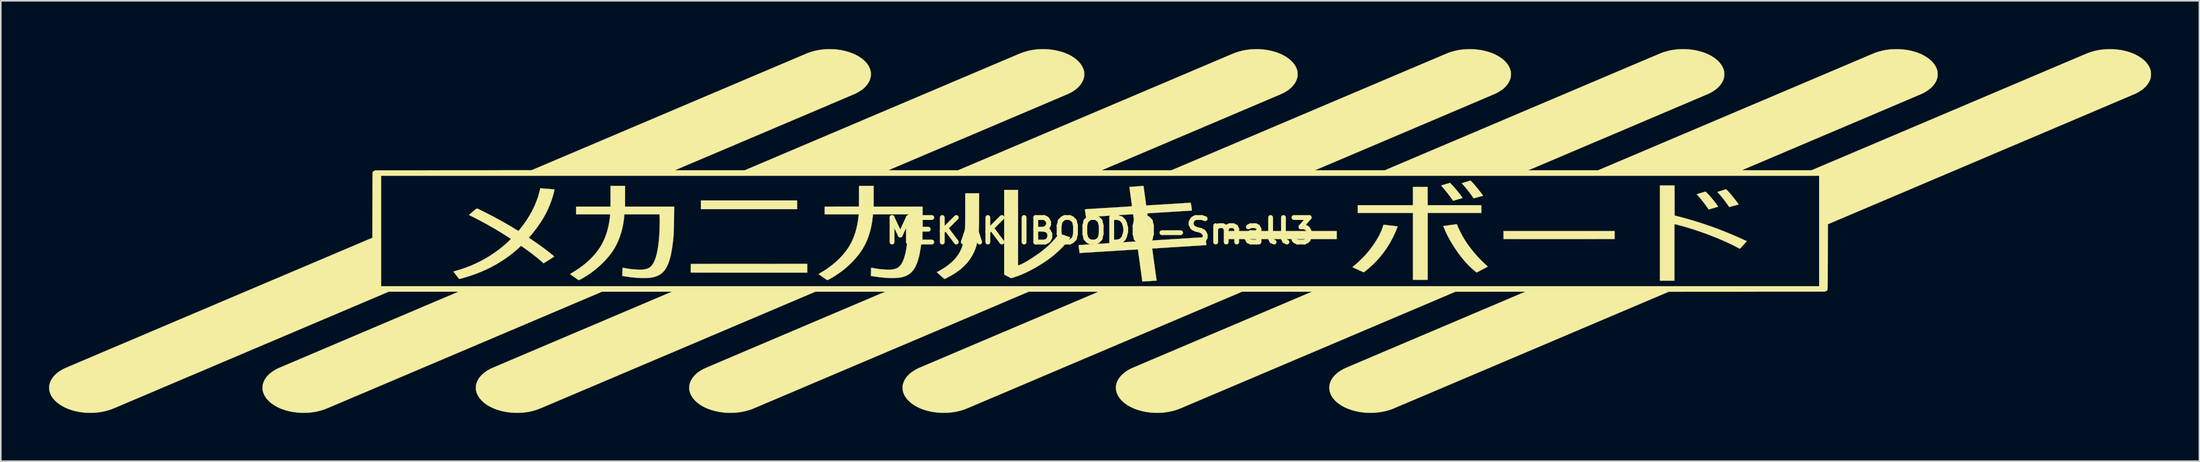
<source format=kicad_pcb>
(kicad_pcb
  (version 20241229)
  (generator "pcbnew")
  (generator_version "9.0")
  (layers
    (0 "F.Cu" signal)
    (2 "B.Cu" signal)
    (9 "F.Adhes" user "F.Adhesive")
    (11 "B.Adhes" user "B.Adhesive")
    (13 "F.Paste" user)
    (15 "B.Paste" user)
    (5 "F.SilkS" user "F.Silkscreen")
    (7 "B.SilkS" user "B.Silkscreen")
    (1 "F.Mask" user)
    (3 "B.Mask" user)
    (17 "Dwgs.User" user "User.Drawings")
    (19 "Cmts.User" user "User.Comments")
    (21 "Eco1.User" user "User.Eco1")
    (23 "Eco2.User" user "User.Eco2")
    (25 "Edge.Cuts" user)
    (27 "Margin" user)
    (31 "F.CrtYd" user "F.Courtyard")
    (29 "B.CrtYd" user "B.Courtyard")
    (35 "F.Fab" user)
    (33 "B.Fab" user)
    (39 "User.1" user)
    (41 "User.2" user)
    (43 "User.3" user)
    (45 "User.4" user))
  (footprint "MEKAKIIBOODO-Small3"
    (layer "F.Cu")
    (at 65.277 11.299)
    (property "Reference" "MEKAKIIBOODO-Small3" (at 0 0 0) (layer "F.SilkS") (effects (font (size 1.524 1.524) (thickness 0.3))))
    (attr through_hole)
    (fp_poly (pts (xy -18.816 -1.354) (xy -24.79 -1.354) (xy -24.79 -1.893) (xy -18.816 -1.893) (xy -18.816 -1.354)) (stroke (width 0.01) (type solid)) (fill yes) (layer "F.SilkS"))
    (fp_poly (pts (xy 14.704 0.506) (xy 7.815 0.506) (xy 7.815 0.007) (xy 14.704 0.007) (xy 14.704 0.506)) (stroke (width 0.01) (type solid)) (fill yes) (layer "F.SilkS"))
    (fp_poly (pts (xy 19.891 -2.733) (xy 20.346 -2.731) (xy 20.349 -2.164) (xy 20.352 -1.597) (xy 23.686 -1.597) (xy 23.686 -1.117) (xy 20.352 -1.117) (xy 20.352 3.037) (xy 19.437 3.037) (xy 19.437 -1.117) (xy 16.008 -1.117) (xy 16.008 -1.597) (xy 19.437 -1.597) (xy 19.437 -2.735) (xy 19.891 -2.733)) (stroke (width 0.01) (type solid)) (fill yes) (layer "F.SilkS"))
    (fp_poly (pts (xy 31.96 0.255) (xy 31.958 0.503) (xy 28.518 0.505) (xy 28.25 0.505) (xy 27.988 0.505) (xy 27.731 0.505) (xy 27.482 0.505) (xy 27.241 0.505) (xy 27.008 0.505) (xy 26.784 0.505) (xy 26.571 0.505) (xy 26.368 0.505) (xy 26.178 0.504) (xy 25.999 0.504) (xy 25.834 0.504) (xy 25.683 0.504) (xy 25.546 0.504) (xy 25.425 0.504) (xy 25.321 0.503) (xy 25.233 0.503) (xy 25.164 0.503) (xy 25.113 0.502) (xy 25.082 0.502) (xy 25.07 0.502) (xy 25.07 0.502) (xy 25.069 0.494) (xy 25.067 0.475) (xy 25.066 0.446) (xy 25.065 0.408) (xy 25.064 0.363) (xy 25.064 0.312) (xy 25.063 0.257) (xy 25.063 0.252) (xy 25.063 0.007) (xy 31.963 0.007) (xy 31.96 0.255)) (stroke (width 0.01) (type solid)) (fill yes) (layer "F.SilkS"))
    (fp_poly (pts (xy -18.185 2.59) (xy -21.798 2.59) (xy -22.137 2.59) (xy -22.455 2.59) (xy -22.753 2.59) (xy -23.032 2.59) (xy -23.292 2.59) (xy -23.534 2.59) (xy -23.758 2.589) (xy -23.966 2.589) (xy -24.156 2.589) (xy -24.331 2.589) (xy -24.49 2.589) (xy -24.635 2.588) (xy -24.765 2.588) (xy -24.881 2.588) (xy -24.984 2.587) (xy -25.075 2.587) (xy -25.153 2.587) (xy -25.221 2.586) (xy -25.277 2.586) (xy -25.323 2.585) (xy -25.359 2.584) (xy -25.385 2.584) (xy -25.404 2.583) (xy -25.414 2.582) (xy -25.416 2.582) (xy -25.417 2.574) (xy -25.418 2.554) (xy -25.419 2.524) (xy -25.419 2.485) (xy -25.419 2.438) (xy -25.419 2.386) (xy -25.419 2.33) (xy -25.419 2.311) (xy -25.416 2.048) (xy -21.8 2.046) (xy -18.185 2.044) (xy -18.185 2.59)) (stroke (width 0.01) (type solid)) (fill yes) (layer "F.SilkS"))
    (fp_poly (pts (xy 21.745 -2.984) (xy 21.753 -2.976) (xy 21.77 -2.959) (xy 21.794 -2.933) (xy 21.824 -2.902) (xy 21.857 -2.867) (xy 21.893 -2.828) (xy 21.929 -2.789) (xy 21.964 -2.751) (xy 21.996 -2.716) (xy 22.023 -2.685) (xy 22.029 -2.679) (xy 22.075 -2.626) (xy 22.123 -2.569) (xy 22.171 -2.511) (xy 22.22 -2.451) (xy 22.268 -2.391) (xy 22.314 -2.332) (xy 22.357 -2.276) (xy 22.397 -2.223) (xy 22.432 -2.175) (xy 22.463 -2.132) (xy 22.486 -2.097) (xy 22.503 -2.07) (xy 22.512 -2.052) (xy 22.512 -2.045) (xy 22.499 -2.04) (xy 22.471 -2.031) (xy 22.433 -2.02) (xy 22.397 -2.01) (xy 22.352 -1.997) (xy 22.293 -1.98) (xy 22.227 -1.961) (xy 22.158 -1.941) (xy 22.112 -1.927) (xy 21.932 -1.875) (xy 21.829 -2.021) (xy 21.756 -2.122) (xy 21.677 -2.227) (xy 21.596 -2.333) (xy 21.514 -2.436) (xy 21.433 -2.536) (xy 21.354 -2.63) (xy 21.28 -2.715) (xy 21.234 -2.765) (xy 21.183 -2.82) (xy 21.422 -2.893) (xy 21.511 -2.92) (xy 21.582 -2.941) (xy 21.639 -2.958) (xy 21.681 -2.97) (xy 21.711 -2.978) (xy 21.731 -2.983) (xy 21.741 -2.984) (xy 21.745 -2.984)) (stroke (width 0.01) (type solid)) (fill yes) (layer "F.SilkS"))
    (fp_poly (pts (xy 23.019 -3.123) (xy 23.038 -3.107) (xy 23.064 -3.081) (xy 23.098 -3.047) (xy 23.138 -3.004) (xy 23.182 -2.955) (xy 23.231 -2.901) (xy 23.277 -2.849) (xy 23.315 -2.804) (xy 23.357 -2.754) (xy 23.401 -2.7) (xy 23.448 -2.643) (xy 23.494 -2.585) (xy 23.541 -2.526) (xy 23.586 -2.468) (xy 23.629 -2.413) (xy 23.669 -2.361) (xy 23.704 -2.313) (xy 23.735 -2.271) (xy 23.76 -2.237) (xy 23.777 -2.211) (xy 23.787 -2.194) (xy 23.789 -2.188) (xy 23.779 -2.184) (xy 23.752 -2.176) (xy 23.712 -2.164) (xy 23.662 -2.15) (xy 23.604 -2.134) (xy 23.541 -2.116) (xy 23.477 -2.099) (xy 23.414 -2.082) (xy 23.355 -2.066) (xy 23.304 -2.052) (xy 23.262 -2.042) (xy 23.234 -2.035) (xy 23.226 -2.034) (xy 23.205 -2.034) (xy 23.195 -2.042) (xy 23.189 -2.052) (xy 23.176 -2.071) (xy 23.157 -2.099) (xy 23.134 -2.132) (xy 23.107 -2.17) (xy 23.1 -2.181) (xy 23.019 -2.294) (xy 22.934 -2.409) (xy 22.845 -2.524) (xy 22.756 -2.635) (xy 22.668 -2.74) (xy 22.583 -2.836) (xy 22.562 -2.859) (xy 22.469 -2.961) (xy 22.733 -3.045) (xy 22.802 -3.066) (xy 22.865 -3.086) (xy 22.919 -3.103) (xy 22.963 -3.116) (xy 22.994 -3.125) (xy 23.008 -3.129) (xy 23.009 -3.129) (xy 23.019 -3.123)) (stroke (width 0.01) (type solid)) (fill yes) (layer "F.SilkS"))
    (fp_poly (pts (xy 37.609 -2.442) (xy 37.619 -2.437) (xy 37.633 -2.427) (xy 37.653 -2.409) (xy 37.679 -2.384) (xy 37.713 -2.348) (xy 37.725 -2.336) (xy 37.862 -2.187) (xy 37.992 -2.037) (xy 38.117 -1.885) (xy 38.161 -1.83) (xy 38.204 -1.775) (xy 38.244 -1.722) (xy 38.282 -1.672) (xy 38.315 -1.626) (xy 38.344 -1.585) (xy 38.367 -1.552) (xy 38.383 -1.526) (xy 38.392 -1.51) (xy 38.392 -1.505) (xy 38.381 -1.502) (xy 38.355 -1.493) (xy 38.314 -1.482) (xy 38.264 -1.467) (xy 38.205 -1.449) (xy 38.142 -1.431) (xy 38.078 -1.412) (xy 38.014 -1.394) (xy 37.954 -1.376) (xy 37.901 -1.361) (xy 37.858 -1.349) (xy 37.827 -1.34) (xy 37.813 -1.336) (xy 37.802 -1.337) (xy 37.8 -1.34) (xy 37.796 -1.348) (xy 37.784 -1.368) (xy 37.765 -1.396) (xy 37.74 -1.431) (xy 37.71 -1.473) (xy 37.677 -1.52) (xy 37.641 -1.569) (xy 37.603 -1.621) (xy 37.565 -1.673) (xy 37.527 -1.723) (xy 37.52 -1.732) (xy 37.469 -1.798) (xy 37.413 -1.869) (xy 37.353 -1.943) (xy 37.292 -2.016) (xy 37.232 -2.086) (xy 37.177 -2.151) (xy 37.127 -2.206) (xy 37.123 -2.21) (xy 37.099 -2.236) (xy 37.08 -2.257) (xy 37.068 -2.272) (xy 37.064 -2.277) (xy 37.073 -2.281) (xy 37.098 -2.289) (xy 37.136 -2.302) (xy 37.185 -2.317) (xy 37.241 -2.334) (xy 37.301 -2.353) (xy 37.363 -2.372) (xy 37.423 -2.39) (xy 37.479 -2.407) (xy 37.528 -2.422) (xy 37.567 -2.433) (xy 37.592 -2.44) (xy 37.6 -2.442) (xy 37.609 -2.442)) (stroke (width 0.01) (type solid)) (fill yes) (layer "F.SilkS"))
    (fp_poly (pts (xy 38.897 -2.584) (xy 38.9 -2.582) (xy 38.911 -2.573) (xy 38.931 -2.553) (xy 38.958 -2.524) (xy 38.991 -2.489) (xy 39.028 -2.448) (xy 39.068 -2.404) (xy 39.11 -2.357) (xy 39.152 -2.309) (xy 39.192 -2.262) (xy 39.211 -2.241) (xy 39.255 -2.188) (xy 39.3 -2.133) (xy 39.347 -2.075) (xy 39.394 -2.017) (xy 39.439 -1.959) (xy 39.483 -1.902) (xy 39.525 -1.847) (xy 39.563 -1.797) (xy 39.596 -1.752) (xy 39.624 -1.713) (xy 39.645 -1.681) (xy 39.659 -1.659) (xy 39.665 -1.646) (xy 39.665 -1.643) (xy 39.653 -1.639) (xy 39.625 -1.631) (xy 39.583 -1.62) (xy 39.532 -1.606) (xy 39.472 -1.59) (xy 39.457 -1.586) (xy 39.39 -1.568) (xy 39.323 -1.55) (xy 39.261 -1.534) (xy 39.209 -1.52) (xy 39.171 -1.51) (xy 39.17 -1.51) (xy 39.132 -1.5) (xy 39.101 -1.493) (xy 39.083 -1.49) (xy 39.08 -1.491) (xy 39.074 -1.498) (xy 39.062 -1.516) (xy 39.045 -1.54) (xy 39.025 -1.57) (xy 39.016 -1.583) (xy 38.944 -1.687) (xy 38.865 -1.795) (xy 38.783 -1.904) (xy 38.698 -2.012) (xy 38.614 -2.116) (xy 38.532 -2.214) (xy 38.454 -2.302) (xy 38.441 -2.316) (xy 38.411 -2.349) (xy 38.385 -2.378) (xy 38.365 -2.401) (xy 38.353 -2.417) (xy 38.349 -2.422) (xy 38.359 -2.426) (xy 38.385 -2.434) (xy 38.426 -2.447) (xy 38.478 -2.463) (xy 38.539 -2.482) (xy 38.606 -2.504) (xy 38.619 -2.508) (xy 38.699 -2.533) (xy 38.762 -2.552) (xy 38.811 -2.566) (xy 38.846 -2.576) (xy 38.871 -2.582) (xy 38.887 -2.584) (xy 38.897 -2.584)) (stroke (width 0.01) (type solid)) (fill yes) (layer "F.SilkS"))
    (fp_poly (pts (xy 35.689 -1.893) (xy 35.691 -0.959) (xy 35.902 -0.905) (xy 36.421 -0.765) (xy 36.93 -0.617) (xy 37.429 -0.459) (xy 37.92 -0.292) (xy 38.406 -0.115) (xy 38.888 0.074) (xy 39.367 0.274) (xy 39.846 0.486) (xy 39.979 0.547) (xy 40.176 0.638) (xy 40.059 0.764) (xy 40.017 0.81) (xy 39.972 0.86) (xy 39.926 0.909) (xy 39.883 0.956) (xy 39.849 0.993) (xy 39.818 1.026) (xy 39.79 1.055) (xy 39.768 1.079) (xy 39.752 1.094) (xy 39.746 1.1) (xy 39.735 1.098) (xy 39.712 1.089) (xy 39.68 1.074) (xy 39.641 1.054) (xy 39.629 1.047) (xy 39.377 0.916) (xy 39.107 0.785) (xy 38.821 0.653) (xy 38.522 0.523) (xy 38.213 0.395) (xy 37.895 0.27) (xy 37.572 0.149) (xy 37.245 0.034) (xy 36.918 -0.076) (xy 36.594 -0.178) (xy 36.273 -0.273) (xy 36.186 -0.297) (xy 36.129 -0.313) (xy 36.067 -0.33) (xy 36 -0.347) (xy 35.933 -0.365) (xy 35.868 -0.382) (xy 35.808 -0.397) (xy 35.757 -0.41) (xy 35.716 -0.42) (xy 35.69 -0.426) (xy 35.681 -0.427) (xy 35.68 -0.421) (xy 35.68 -0.402) (xy 35.68 -0.371) (xy 35.679 -0.328) (xy 35.679 -0.274) (xy 35.678 -0.21) (xy 35.678 -0.136) (xy 35.678 -0.052) (xy 35.677 0.04) (xy 35.677 0.14) (xy 35.677 0.249) (xy 35.677 0.364) (xy 35.676 0.487) (xy 35.676 0.615) (xy 35.676 0.749) (xy 35.676 0.888) (xy 35.676 1.032) (xy 35.676 1.18) (xy 35.676 1.331) (xy 35.676 3.09) (xy 34.782 3.09) (xy 34.782 -2.827) (xy 35.686 -2.827) (xy 35.689 -1.893)) (stroke (width 0.01) (type solid)) (fill yes) (layer "F.SilkS"))
    (fp_poly (pts (xy 17.622 -0.385) (xy 17.65 -0.383) (xy 17.694 -0.378) (xy 17.751 -0.371) (xy 17.818 -0.363) (xy 17.893 -0.355) (xy 17.973 -0.345) (xy 18.055 -0.335) (xy 18.137 -0.326) (xy 18.216 -0.316) (xy 18.289 -0.307) (xy 18.355 -0.299) (xy 18.409 -0.292) (xy 18.451 -0.287) (xy 18.477 -0.283) (xy 18.484 -0.282) (xy 18.483 -0.275) (xy 18.478 -0.257) (xy 18.469 -0.23) (xy 18.456 -0.197) (xy 18.442 -0.158) (xy 18.437 -0.148) (xy 18.314 0.146) (xy 18.179 0.43) (xy 18.03 0.705) (xy 17.869 0.971) (xy 17.697 1.227) (xy 17.512 1.474) (xy 17.315 1.71) (xy 17.106 1.935) (xy 16.886 2.151) (xy 16.655 2.355) (xy 16.484 2.493) (xy 16.449 2.52) (xy 16.419 2.543) (xy 16.395 2.56) (xy 16.381 2.569) (xy 16.378 2.57) (xy 16.368 2.566) (xy 16.343 2.555) (xy 16.305 2.538) (xy 16.256 2.516) (xy 16.197 2.489) (xy 16.13 2.459) (xy 16.057 2.425) (xy 16.029 2.412) (xy 15.955 2.378) (xy 15.886 2.346) (xy 15.824 2.317) (xy 15.771 2.292) (xy 15.729 2.273) (xy 15.7 2.259) (xy 15.685 2.252) (xy 15.683 2.251) (xy 15.688 2.245) (xy 15.703 2.231) (xy 15.727 2.209) (xy 15.758 2.183) (xy 15.785 2.16) (xy 16.046 1.932) (xy 16.29 1.697) (xy 16.518 1.455) (xy 16.729 1.206) (xy 16.925 0.947) (xy 17.091 0.703) (xy 17.204 0.521) (xy 17.304 0.346) (xy 17.391 0.178) (xy 17.466 0.013) (xy 17.53 -0.15) (xy 17.57 -0.267) (xy 17.583 -0.305) (xy 17.593 -0.337) (xy 17.602 -0.363) (xy 17.608 -0.38) (xy 17.611 -0.386) (xy 17.622 -0.385)) (stroke (width 0.01) (type solid)) (fill yes) (layer "F.SilkS"))
    (fp_poly (pts (xy -5.091 2.149) (xy -5.035 2.129) (xy -4.946 2.093) (xy -4.846 2.047) (xy -4.736 1.991) (xy -4.616 1.925) (xy -4.487 1.85) (xy -4.35 1.766) (xy -4.206 1.674) (xy -4.055 1.574) (xy -4.003 1.538) (xy -3.899 1.466) (xy -3.806 1.401) (xy -3.722 1.34) (xy -3.642 1.28) (xy -3.564 1.219) (xy -3.484 1.154) (xy -3.452 1.127) (xy -3.276 0.975) (xy -3.108 0.817) (xy -2.949 0.655) (xy -2.802 0.493) (xy -2.67 0.332) (xy -2.614 0.258) (xy -2.541 0.158) (xy -2.493 0.175) (xy -2.472 0.182) (xy -2.435 0.195) (xy -2.386 0.212) (xy -2.325 0.233) (xy -2.257 0.256) (xy -2.184 0.281) (xy -2.147 0.294) (xy -2.075 0.319) (xy -2.008 0.342) (xy -1.95 0.363) (xy -1.903 0.381) (xy -1.868 0.394) (xy -1.848 0.402) (xy -1.844 0.404) (xy -1.847 0.412) (xy -1.858 0.43) (xy -1.876 0.456) (xy -1.899 0.489) (xy -1.926 0.526) (xy -1.939 0.544) (xy -2.13 0.783) (xy -2.338 1.014) (xy -2.563 1.237) (xy -2.804 1.452) (xy -3.063 1.66) (xy -3.339 1.86) (xy -3.497 1.965) (xy -3.718 2.106) (xy -3.94 2.239) (xy -4.161 2.363) (xy -4.38 2.479) (xy -4.595 2.584) (xy -4.806 2.68) (xy -5.01 2.764) (xy -5.138 2.812) (xy -5.178 2.826) (xy -5.227 2.842) (xy -5.281 2.86) (xy -5.337 2.877) (xy -5.391 2.894) (xy -5.441 2.909) (xy -5.481 2.921) (xy -5.51 2.929) (xy -5.524 2.931) (xy -5.535 2.927) (xy -5.56 2.916) (xy -5.597 2.897) (xy -5.642 2.874) (xy -5.694 2.847) (xy -5.745 2.819) (xy -5.953 2.707) (xy -5.953 -2.551) (xy -5.091 -2.551) (xy -5.091 2.149)) (stroke (width 0.01) (type solid)) (fill yes) (layer "F.SilkS"))
    (fp_poly (pts (xy 22.161 -0.416) (xy 22.166 -0.408) (xy 22.175 -0.39) (xy 22.187 -0.363) (xy 22.201 -0.33) (xy 22.212 -0.303) (xy 22.279 -0.15) (xy 22.354 0.009) (xy 22.436 0.17) (xy 22.523 0.33) (xy 22.614 0.486) (xy 22.705 0.634) (xy 22.745 0.694) (xy 22.89 0.904) (xy 23.048 1.113) (xy 23.215 1.32) (xy 23.39 1.523) (xy 23.572 1.72) (xy 23.759 1.908) (xy 23.948 2.086) (xy 24.012 2.143) (xy 24.04 2.169) (xy 24.064 2.191) (xy 24.079 2.206) (xy 24.085 2.214) (xy 24.085 2.214) (xy 24.078 2.219) (xy 24.056 2.232) (xy 24.021 2.25) (xy 23.977 2.274) (xy 23.925 2.302) (xy 23.866 2.333) (xy 23.804 2.366) (xy 23.739 2.4) (xy 23.675 2.433) (xy 23.613 2.466) (xy 23.555 2.496) (xy 23.503 2.523) (xy 23.459 2.545) (xy 23.425 2.561) (xy 23.404 2.572) (xy 23.397 2.574) (xy 23.382 2.572) (xy 23.369 2.565) (xy 23.358 2.555) (xy 23.337 2.538) (xy 23.308 2.513) (xy 23.273 2.485) (xy 23.248 2.464) (xy 23.075 2.313) (xy 22.903 2.149) (xy 22.735 1.972) (xy 22.569 1.782) (xy 22.405 1.579) (xy 22.244 1.364) (xy 22.134 1.206) (xy 21.998 1.002) (xy 21.871 0.798) (xy 21.752 0.598) (xy 21.643 0.401) (xy 21.545 0.211) (xy 21.458 0.027) (xy 21.383 -0.148) (xy 21.378 -0.161) (xy 21.363 -0.199) (xy 21.349 -0.234) (xy 21.339 -0.263) (xy 21.331 -0.283) (xy 21.328 -0.292) (xy 21.329 -0.3) (xy 21.34 -0.305) (xy 21.366 -0.31) (xy 21.388 -0.313) (xy 21.413 -0.317) (xy 21.456 -0.322) (xy 21.513 -0.331) (xy 21.583 -0.34) (xy 21.661 -0.351) (xy 21.745 -0.363) (xy 21.802 -0.371) (xy 21.885 -0.383) (xy 21.962 -0.393) (xy 22.029 -0.402) (xy 22.085 -0.409) (xy 22.127 -0.414) (xy 22.153 -0.416) (xy 22.161 -0.416)) (stroke (width 0.01) (type solid)) (fill yes) (layer "F.SilkS"))
    (fp_poly (pts (xy -7.513 -1.247) (xy -7.513 -1.103) (xy -7.514 -0.97) (xy -7.514 -0.85) (xy -7.515 -0.74) (xy -7.516 -0.64) (xy -7.516 -0.549) (xy -7.517 -0.467) (xy -7.518 -0.393) (xy -7.52 -0.326) (xy -7.521 -0.264) (xy -7.522 -0.209) (xy -7.524 -0.157) (xy -7.526 -0.11) (xy -7.529 -0.066) (xy -7.531 -0.024) (xy -7.534 0.017) (xy -7.537 0.057) (xy -7.541 0.096) (xy -7.545 0.137) (xy -7.549 0.179) (xy -7.554 0.224) (xy -7.557 0.253) (xy -7.577 0.411) (xy -7.599 0.558) (xy -7.625 0.696) (xy -7.655 0.825) (xy -7.689 0.948) (xy -7.727 1.067) (xy -7.771 1.183) (xy -7.82 1.298) (xy -7.841 1.344) (xy -7.943 1.539) (xy -8.058 1.725) (xy -8.187 1.902) (xy -8.332 2.07) (xy -8.492 2.23) (xy -8.668 2.382) (xy -8.86 2.528) (xy -9.07 2.668) (xy -9.136 2.708) (xy -9.188 2.739) (xy -9.246 2.772) (xy -9.308 2.807) (xy -9.37 2.841) (xy -9.432 2.874) (xy -9.491 2.905) (xy -9.545 2.932) (xy -9.591 2.955) (xy -9.628 2.972) (xy -9.653 2.982) (xy -9.662 2.984) (xy -9.67 2.979) (xy -9.689 2.964) (xy -9.716 2.941) (xy -9.752 2.91) (xy -9.794 2.873) (xy -9.841 2.831) (xy -9.892 2.785) (xy -9.906 2.773) (xy -10.141 2.561) (xy -10.101 2.541) (xy -9.923 2.447) (xy -9.746 2.34) (xy -9.571 2.223) (xy -9.4 2.095) (xy -9.308 2.021) (xy -9.162 1.893) (xy -9.031 1.76) (xy -8.913 1.621) (xy -8.808 1.476) (xy -8.716 1.324) (xy -8.636 1.163) (xy -8.567 0.994) (xy -8.511 0.816) (xy -8.465 0.627) (xy -8.431 0.428) (xy -8.43 0.427) (xy -8.423 0.377) (xy -8.417 0.329) (xy -8.411 0.281) (xy -8.406 0.233) (xy -8.401 0.185) (xy -8.396 0.136) (xy -8.392 0.084) (xy -8.389 0.03) (xy -8.386 -0.028) (xy -8.383 -0.091) (xy -8.381 -0.158) (xy -8.379 -0.231) (xy -8.377 -0.31) (xy -8.376 -0.397) (xy -8.375 -0.492) (xy -8.374 -0.595) (xy -8.373 -0.708) (xy -8.373 -0.831) (xy -8.372 -0.965) (xy -8.372 -1.11) (xy -8.372 -1.268) (xy -8.372 -1.28) (xy -8.372 -2.34) (xy -7.508 -2.34) (xy -7.513 -1.247)) (stroke (width 0.01) (type solid)) (fill yes) (layer "F.SilkS"))
    (fp_poly (pts (xy -14.062 -1.512) (xy -11.02 -1.512) (xy -11.026 -0.748) (xy -11.027 -0.607) (xy -11.028 -0.477) (xy -11.03 -0.359) (xy -11.031 -0.251) (xy -11.033 -0.152) (xy -11.035 -0.061) (xy -11.038 0.023) (xy -11.041 0.102) (xy -11.045 0.176) (xy -11.049 0.246) (xy -11.053 0.314) (xy -11.058 0.38) (xy -11.064 0.446) (xy -11.071 0.512) (xy -11.079 0.58) (xy -11.087 0.65) (xy -11.096 0.725) (xy -11.106 0.804) (xy -11.107 0.809) (xy -11.131 0.982) (xy -11.156 1.143) (xy -11.182 1.293) (xy -11.209 1.432) (xy -11.237 1.562) (xy -11.268 1.683) (xy -11.3 1.796) (xy -11.334 1.902) (xy -11.371 2.002) (xy -11.41 2.096) (xy -11.452 2.187) (xy -11.47 2.222) (xy -11.531 2.331) (xy -11.597 2.429) (xy -11.667 2.515) (xy -11.742 2.592) (xy -11.825 2.66) (xy -11.901 2.712) (xy -11.997 2.766) (xy -12.1 2.811) (xy -12.209 2.849) (xy -12.328 2.878) (xy -12.458 2.9) (xy -12.601 2.915) (xy -12.76 2.923) (xy -12.906 2.925) (xy -13.036 2.924) (xy -13.165 2.919) (xy -13.297 2.912) (xy -13.434 2.901) (xy -13.579 2.887) (xy -13.734 2.869) (xy -13.903 2.846) (xy -14.088 2.819) (xy -14.155 2.809) (xy -14.233 2.797) (xy -14.225 2.544) (xy -14.223 2.488) (xy -14.222 2.436) (xy -14.22 2.389) (xy -14.218 2.35) (xy -14.216 2.319) (xy -14.215 2.298) (xy -14.214 2.289) (xy -14.214 2.288) (xy -14.202 2.289) (xy -14.176 2.293) (xy -14.137 2.299) (xy -14.102 2.306) (xy -13.879 2.344) (xy -13.663 2.373) (xy -13.455 2.393) (xy -13.258 2.404) (xy -13.081 2.404) (xy -13.018 2.403) (xy -12.97 2.401) (xy -12.931 2.398) (xy -12.894 2.393) (xy -12.855 2.385) (xy -12.831 2.38) (xy -12.738 2.358) (xy -12.662 2.334) (xy -12.598 2.306) (xy -12.544 2.274) (xy -12.478 2.223) (xy -12.416 2.159) (xy -12.358 2.084) (xy -12.304 1.996) (xy -12.253 1.896) (xy -12.205 1.784) (xy -12.161 1.659) (xy -12.121 1.522) (xy -12.084 1.373) (xy -12.05 1.211) (xy -12.02 1.036) (xy -11.994 0.848) (xy -11.97 0.648) (xy -11.954 0.47) (xy -11.946 0.382) (xy -11.94 0.297) (xy -11.934 0.212) (xy -11.93 0.126) (xy -11.926 0.038) (xy -11.922 -0.052) (xy -11.92 -0.148) (xy -11.918 -0.25) (xy -11.916 -0.358) (xy -11.916 -0.476) (xy -11.915 -0.603) (xy -11.915 -0.741) (xy -11.916 -0.82) (xy -11.916 -1.032) (xy -14.102 -1.032) (xy -14.109 -0.968) (xy -14.119 -0.876) (xy -14.129 -0.789) (xy -14.139 -0.709) (xy -14.148 -0.638) (xy -14.156 -0.576) (xy -14.163 -0.536) (xy -14.212 -0.269) (xy -14.272 -0.012) (xy -14.344 0.234) (xy -14.428 0.47) (xy -14.523 0.696) (xy -14.63 0.912) (xy -14.749 1.12) (xy -14.88 1.319) (xy -15.021 1.507) (xy -15.203 1.724) (xy -15.392 1.93) (xy -15.59 2.124) (xy -15.798 2.308) (xy -16.015 2.482) (xy -16.244 2.648) (xy -16.484 2.805) (xy -16.53 2.833) (xy -16.586 2.868) (xy -16.646 2.903) (xy -16.706 2.938) (xy -16.763 2.971) (xy -16.816 3) (xy -16.863 3.025) (xy -16.899 3.045) (xy -16.924 3.056) (xy -16.928 3.058) (xy -16.937 3.054) (xy -16.959 3.042) (xy -16.991 3.021) (xy -17.033 2.994) (xy -17.082 2.961) (xy -17.137 2.923) (xy -17.197 2.882) (xy -17.21 2.873) (xy -17.271 2.83) (xy -17.326 2.791) (xy -17.375 2.756) (xy -17.416 2.726) (xy -17.448 2.702) (xy -17.47 2.686) (xy -17.479 2.678) (xy -17.479 2.677) (xy -17.471 2.672) (xy -17.449 2.658) (xy -17.417 2.639) (xy -17.377 2.614) (xy -17.33 2.586) (xy -17.313 2.576) (xy -17.06 2.42) (xy -16.819 2.253) (xy -16.59 2.076) (xy -16.374 1.892) (xy -16.173 1.7) (xy -15.988 1.502) (xy -15.819 1.299) (xy -15.669 1.093) (xy -15.562 0.926) (xy -15.455 0.732) (xy -15.358 0.526) (xy -15.271 0.309) (xy -15.195 0.082) (xy -15.129 -0.156) (xy -15.074 -0.405) (xy -15.029 -0.664) (xy -14.995 -0.933) (xy -14.992 -0.961) (xy -14.985 -1.032) (xy -17.102 -1.032) (xy -17.102 -1.512) (xy -14.972 -1.515) (xy -14.969 -2.158) (xy -14.966 -2.8) (xy -14.062 -2.8) (xy -14.062 -1.512)) (stroke (width 0.01) (type solid)) (fill yes) (layer "F.SilkS"))
    (fp_poly (pts (xy -29.502 -1.512) (xy -26.451 -1.512) (xy -26.457 -0.932) (xy -26.459 -0.775) (xy -26.461 -0.63) (xy -26.463 -0.496) (xy -26.465 -0.373) (xy -26.468 -0.259) (xy -26.47 -0.153) (xy -26.474 -0.055) (xy -26.477 0.036) (xy -26.481 0.122) (xy -26.486 0.204) (xy -26.491 0.282) (xy -26.496 0.357) (xy -26.502 0.431) (xy -26.509 0.504) (xy -26.517 0.577) (xy -26.526 0.651) (xy -26.535 0.727) (xy -26.542 0.782) (xy -26.566 0.959) (xy -26.591 1.124) (xy -26.617 1.277) (xy -26.644 1.42) (xy -26.673 1.553) (xy -26.704 1.677) (xy -26.737 1.793) (xy -26.772 1.902) (xy -26.81 2.005) (xy -26.85 2.102) (xy -26.889 2.187) (xy -26.955 2.31) (xy -27.029 2.422) (xy -27.111 2.521) (xy -27.201 2.609) (xy -27.299 2.685) (xy -27.406 2.751) (xy -27.521 2.805) (xy -27.646 2.848) (xy -27.78 2.881) (xy -27.784 2.881) (xy -27.854 2.894) (xy -27.922 2.904) (xy -27.993 2.912) (xy -28.07 2.917) (xy -28.158 2.921) (xy -28.262 2.923) (xy -28.281 2.923) (xy -28.402 2.924) (xy -28.519 2.923) (xy -28.636 2.918) (xy -28.754 2.911) (xy -28.878 2.901) (xy -29.009 2.888) (xy -29.152 2.871) (xy -29.308 2.85) (xy -29.481 2.826) (xy -29.484 2.825) (xy -29.671 2.798) (xy -29.664 2.544) (xy -29.662 2.488) (xy -29.661 2.436) (xy -29.659 2.389) (xy -29.657 2.35) (xy -29.656 2.319) (xy -29.655 2.298) (xy -29.654 2.289) (xy -29.653 2.288) (xy -29.643 2.289) (xy -29.615 2.293) (xy -29.575 2.3) (xy -29.524 2.309) (xy -29.483 2.316) (xy -29.315 2.344) (xy -29.16 2.367) (xy -29.013 2.383) (xy -28.87 2.395) (xy -28.726 2.402) (xy -28.655 2.404) (xy -28.562 2.405) (xy -28.485 2.405) (xy -28.42 2.402) (xy -28.363 2.396) (xy -28.308 2.388) (xy -28.256 2.378) (xy -28.158 2.354) (xy -28.074 2.323) (xy -28.001 2.286) (xy -27.936 2.24) (xy -27.877 2.184) (xy -27.824 2.121) (xy -27.769 2.041) (xy -27.718 1.951) (xy -27.671 1.85) (xy -27.626 1.738) (xy -27.585 1.615) (xy -27.548 1.48) (xy -27.513 1.334) (xy -27.482 1.176) (xy -27.453 1.006) (xy -27.428 0.823) (xy -27.406 0.628) (xy -27.387 0.421) (xy -27.378 0.309) (xy -27.373 0.235) (xy -27.368 0.152) (xy -27.364 0.06) (xy -27.36 -0.038) (xy -27.357 -0.14) (xy -27.354 -0.243) (xy -27.352 -0.346) (xy -27.35 -0.447) (xy -27.349 -0.543) (xy -27.349 -0.632) (xy -27.35 -0.712) (xy -27.351 -0.781) (xy -27.359 -1.032) (xy -29.542 -1.032) (xy -29.549 -0.952) (xy -29.581 -0.664) (xy -29.626 -0.385) (xy -29.684 -0.116) (xy -29.755 0.144) (xy -29.839 0.394) (xy -29.935 0.635) (xy -30.044 0.865) (xy -30.165 1.085) (xy -30.299 1.295) (xy -30.415 1.454) (xy -30.561 1.635) (xy -30.72 1.814) (xy -30.889 1.989) (xy -31.069 2.159) (xy -31.256 2.323) (xy -31.45 2.479) (xy -31.649 2.626) (xy -31.851 2.763) (xy -32.049 2.884) (xy -32.094 2.91) (xy -32.142 2.937) (xy -32.192 2.965) (xy -32.241 2.992) (xy -32.285 3.017) (xy -32.324 3.037) (xy -32.353 3.053) (xy -32.371 3.061) (xy -32.375 3.063) (xy -32.383 3.058) (xy -32.403 3.044) (xy -32.433 3.023) (xy -32.474 2.995) (xy -32.522 2.962) (xy -32.576 2.924) (xy -32.635 2.883) (xy -32.641 2.879) (xy -32.701 2.837) (xy -32.756 2.798) (xy -32.806 2.763) (xy -32.848 2.733) (xy -32.881 2.71) (xy -32.903 2.694) (xy -32.913 2.687) (xy -32.914 2.686) (xy -32.912 2.678) (xy -32.897 2.665) (xy -32.865 2.644) (xy -32.856 2.639) (xy -32.587 2.476) (xy -32.338 2.31) (xy -32.107 2.14) (xy -31.893 1.965) (xy -31.695 1.784) (xy -31.51 1.596) (xy -31.338 1.399) (xy -31.254 1.295) (xy -31.18 1.198) (xy -31.115 1.105) (xy -31.055 1.014) (xy -30.998 0.919) (xy -30.94 0.817) (xy -30.927 0.792) (xy -30.838 0.617) (xy -30.759 0.437) (xy -30.688 0.252) (xy -30.625 0.06) (xy -30.57 -0.14) (xy -30.522 -0.35) (xy -30.481 -0.57) (xy -30.47 -0.641) (xy -30.464 -0.677) (xy -30.459 -0.719) (xy -30.453 -0.765) (xy -30.447 -0.813) (xy -30.441 -0.86) (xy -30.436 -0.905) (xy -30.432 -0.944) (xy -30.429 -0.976) (xy -30.428 -0.998) (xy -30.427 -1.004) (xy -30.427 -1.032) (xy -32.541 -1.032) (xy -32.541 -1.512) (xy -30.406 -1.512) (xy -30.406 -2.8) (xy -29.502 -2.8) (xy -29.502 -1.512)) (stroke (width 0.01) (type solid)) (fill yes) (layer "F.SilkS"))
    (fp_poly (pts (xy -34.741 -2.653) (xy -34.724 -2.651) (xy -34.69 -2.648) (xy -34.639 -2.644) (xy -34.575 -2.639) (xy -34.499 -2.632) (xy -34.415 -2.625) (xy -34.325 -2.618) (xy -34.303 -2.616) (xy -34.213 -2.608) (xy -34.129 -2.601) (xy -34.054 -2.595) (xy -33.991 -2.589) (xy -33.94 -2.585) (xy -33.906 -2.581) (xy -33.889 -2.579) (xy -33.888 -2.579) (xy -33.887 -2.571) (xy -33.889 -2.551) (xy -33.895 -2.52) (xy -33.904 -2.48) (xy -33.915 -2.43) (xy -33.929 -2.373) (xy -33.946 -2.309) (xy -33.952 -2.284) (xy -34.046 -1.969) (xy -34.159 -1.659) (xy -34.29 -1.352) (xy -34.44 -1.05) (xy -34.609 -0.75) (xy -34.799 -0.453) (xy -35.008 -0.157) (xy -35.238 0.138) (xy -35.383 0.311) (xy -35.478 0.421) (xy -35.448 0.443) (xy -35.432 0.454) (xy -35.405 0.473) (xy -35.368 0.498) (xy -35.324 0.528) (xy -35.275 0.561) (xy -35.244 0.582) (xy -34.978 0.764) (xy -34.728 0.942) (xy -34.49 1.117) (xy -34.262 1.291) (xy -34.042 1.467) (xy -34 1.501) (xy -33.965 1.53) (xy -33.936 1.555) (xy -33.914 1.575) (xy -33.902 1.587) (xy -33.9 1.59) (xy -33.908 1.596) (xy -33.929 1.61) (xy -33.961 1.631) (xy -34.002 1.658) (xy -34.051 1.689) (xy -34.105 1.724) (xy -34.163 1.761) (xy -34.223 1.799) (xy -34.284 1.837) (xy -34.343 1.874) (xy -34.398 1.909) (xy -34.449 1.941) (xy -34.492 1.968) (xy -34.527 1.989) (xy -34.552 2.004) (xy -34.564 2.011) (xy -34.564 2.011) (xy -34.572 2.005) (xy -34.587 1.99) (xy -34.608 1.97) (xy -34.614 1.965) (xy -34.683 1.902) (xy -34.765 1.831) (xy -34.858 1.752) (xy -34.96 1.668) (xy -35.07 1.58) (xy -35.186 1.49) (xy -35.306 1.397) (xy -35.429 1.305) (xy -35.469 1.275) (xy -35.528 1.232) (xy -35.589 1.188) (xy -35.65 1.144) (xy -35.71 1.101) (xy -35.767 1.06) (xy -35.819 1.023) (xy -35.866 0.99) (xy -35.905 0.963) (xy -35.934 0.943) (xy -35.953 0.93) (xy -35.96 0.927) (xy -35.968 0.932) (xy -35.985 0.946) (xy -36.009 0.968) (xy -36.038 0.994) (xy -36.049 1.004) (xy -36.185 1.128) (xy -36.333 1.256) (xy -36.489 1.384) (xy -36.649 1.509) (xy -36.808 1.628) (xy -36.927 1.712) (xy -36.978 1.747) (xy -37.041 1.788) (xy -37.113 1.834) (xy -37.19 1.883) (xy -37.27 1.933) (xy -37.349 1.981) (xy -37.424 2.027) (xy -37.491 2.067) (xy -37.543 2.097) (xy -37.849 2.262) (xy -38.166 2.416) (xy -38.494 2.558) (xy -38.831 2.69) (xy -39.178 2.809) (xy -39.183 2.811) (xy -39.246 2.831) (xy -39.316 2.852) (xy -39.39 2.874) (xy -39.466 2.897) (xy -39.541 2.918) (xy -39.61 2.938) (xy -39.672 2.955) (xy -39.724 2.968) (xy -39.762 2.978) (xy -39.781 2.981) (xy -39.794 2.983) (xy -39.805 2.981) (xy -39.816 2.973) (xy -39.83 2.957) (xy -39.85 2.931) (xy -39.85 2.931) (xy -39.868 2.906) (xy -39.893 2.873) (xy -39.923 2.835) (xy -39.954 2.795) (xy -39.977 2.764) (xy -40.009 2.723) (xy -40.042 2.68) (xy -40.073 2.64) (xy -40.1 2.605) (xy -40.114 2.586) (xy -40.164 2.52) (xy -40.026 2.481) (xy -39.697 2.383) (xy -39.376 2.272) (xy -39.062 2.149) (xy -38.755 2.013) (xy -38.456 1.866) (xy -38.165 1.706) (xy -37.882 1.535) (xy -37.607 1.352) (xy -37.34 1.158) (xy -37.082 0.951) (xy -36.98 0.865) (xy -36.943 0.832) (xy -36.901 0.794) (xy -36.856 0.754) (xy -36.811 0.712) (xy -36.766 0.67) (xy -36.723 0.629) (xy -36.683 0.591) (xy -36.648 0.557) (xy -36.621 0.53) (xy -36.601 0.509) (xy -36.592 0.498) (xy -36.591 0.496) (xy -36.598 0.49) (xy -36.619 0.475) (xy -36.652 0.452) (xy -36.696 0.424) (xy -36.749 0.389) (xy -36.811 0.35) (xy -36.879 0.307) (xy -36.952 0.261) (xy -37.028 0.213) (xy -37.107 0.164) (xy -37.187 0.114) (xy -37.267 0.065) (xy -37.344 0.018) (xy -37.418 -0.027) (xy -37.488 -0.069) (xy -37.551 -0.107) (xy -37.606 -0.14) (xy -37.637 -0.158) (xy -37.932 -0.327) (xy -38.22 -0.487) (xy -38.503 -0.639) (xy -38.787 -0.787) (xy -39.015 -0.903) (xy -39.066 -0.929) (xy -39.112 -0.952) (xy -39.15 -0.971) (xy -39.177 -0.985) (xy -39.19 -0.992) (xy -39.192 -0.992) (xy -39.187 -0.998) (xy -39.171 -1.013) (xy -39.146 -1.036) (xy -39.113 -1.065) (xy -39.074 -1.098) (xy -39.031 -1.136) (xy -38.984 -1.175) (xy -38.937 -1.215) (xy -38.89 -1.254) (xy -38.845 -1.291) (xy -38.804 -1.325) (xy -38.768 -1.353) (xy -38.74 -1.376) (xy -38.72 -1.391) (xy -38.711 -1.396) (xy -38.7 -1.395) (xy -38.676 -1.387) (xy -38.64 -1.372) (xy -38.589 -1.349) (xy -38.524 -1.317) (xy -38.52 -1.315) (xy -38.157 -1.135) (xy -37.794 -0.948) (xy -37.434 -0.756) (xy -37.082 -0.562) (xy -36.741 -0.367) (xy -36.416 -0.174) (xy -36.325 -0.119) (xy -36.272 -0.087) (xy -36.225 -0.058) (xy -36.184 -0.034) (xy -36.152 -0.016) (xy -36.131 -0.004) (xy -36.124 -0.001) (xy -36.116 -0.009) (xy -36.1 -0.027) (xy -36.077 -0.054) (xy -36.05 -0.087) (xy -36.019 -0.125) (xy -35.986 -0.166) (xy -35.953 -0.208) (xy -35.92 -0.249) (xy -35.89 -0.288) (xy -35.863 -0.323) (xy -35.849 -0.342) (xy -35.641 -0.633) (xy -35.454 -0.928) (xy -35.286 -1.226) (xy -35.138 -1.526) (xy -35.011 -1.829) (xy -34.903 -2.134) (xy -34.817 -2.44) (xy -34.786 -2.572) (xy -34.768 -2.656) (xy -34.741 -2.653)) (stroke (width 0.01) (type solid)) (fill yes) (layer "F.SilkS"))
    (fp_poly (pts (xy 2.699 -2.798) (xy 2.7 -2.792) (xy 2.703 -2.773) (xy 2.708 -2.743) (xy 2.713 -2.702) (xy 2.72 -2.652) (xy 2.728 -2.594) (xy 2.738 -2.528) (xy 2.748 -2.455) (xy 2.758 -2.377) (xy 2.77 -2.294) (xy 2.781 -2.206) (xy 2.784 -2.191) (xy 2.865 -1.584) (xy 2.903 -1.584) (xy 2.917 -1.585) (xy 2.952 -1.587) (xy 3.005 -1.59) (xy 3.075 -1.594) (xy 3.161 -1.599) (xy 3.261 -1.605) (xy 3.375 -1.612) (xy 3.5 -1.62) (xy 3.637 -1.629) (xy 3.782 -1.638) (xy 3.936 -1.647) (xy 4.096 -1.657) (xy 4.263 -1.667) (xy 4.286 -1.669) (xy 4.452 -1.679) (xy 4.612 -1.689) (xy 4.765 -1.699) (xy 4.91 -1.708) (xy 5.045 -1.716) (xy 5.17 -1.724) (xy 5.282 -1.731) (xy 5.381 -1.737) (xy 5.466 -1.742) (xy 5.535 -1.746) (xy 5.586 -1.749) (xy 5.62 -1.751) (xy 5.634 -1.752) (xy 5.634 -1.752) (xy 5.637 -1.745) (xy 5.64 -1.727) (xy 5.645 -1.699) (xy 5.651 -1.664) (xy 5.658 -1.623) (xy 5.665 -1.577) (xy 5.673 -1.529) (xy 5.68 -1.48) (xy 5.687 -1.433) (xy 5.693 -1.388) (xy 5.698 -1.348) (xy 5.703 -1.314) (xy 5.706 -1.289) (xy 5.707 -1.274) (xy 5.706 -1.27) (xy 5.703 -1.269) (xy 5.695 -1.268) (xy 5.681 -1.267) (xy 5.66 -1.265) (xy 5.632 -1.263) (xy 5.596 -1.261) (xy 5.55 -1.257) (xy 5.494 -1.254) (xy 5.427 -1.249) (xy 5.349 -1.244) (xy 5.257 -1.239) (xy 5.152 -1.232) (xy 5.033 -1.225) (xy 4.898 -1.216) (xy 4.748 -1.207) (xy 4.58 -1.196) (xy 4.394 -1.185) (xy 4.19 -1.172) (xy 3.966 -1.159) (xy 3.828 -1.15) (xy 3.694 -1.142) (xy 3.566 -1.134) (xy 3.445 -1.127) (xy 3.333 -1.12) (xy 3.232 -1.113) (xy 3.144 -1.108) (xy 3.069 -1.103) (xy 3.009 -1.099) (xy 2.967 -1.096) (xy 2.942 -1.095) (xy 2.937 -1.094) (xy 2.937 -1.088) (xy 2.94 -1.069) (xy 2.943 -1.039) (xy 2.949 -0.999) (xy 2.955 -0.949) (xy 2.963 -0.892) (xy 2.972 -0.826) (xy 2.982 -0.754) (xy 2.992 -0.677) (xy 3.004 -0.595) (xy 3.015 -0.509) (xy 3.028 -0.421) (xy 3.04 -0.331) (xy 3.053 -0.24) (xy 3.065 -0.149) (xy 3.078 -0.059) (xy 3.09 0.029) (xy 3.102 0.114) (xy 3.113 0.195) (xy 3.124 0.272) (xy 3.134 0.342) (xy 3.143 0.406) (xy 3.151 0.462) (xy 3.158 0.51) (xy 3.163 0.548) (xy 3.168 0.576) (xy 3.17 0.592) (xy 3.171 0.596) (xy 3.181 0.596) (xy 3.211 0.595) (xy 3.258 0.592) (xy 3.32 0.588) (xy 3.396 0.584) (xy 3.484 0.578) (xy 3.581 0.572) (xy 3.687 0.565) (xy 3.792 0.559) (xy 3.938 0.55) (xy 4.103 0.539) (xy 4.285 0.528) (xy 4.483 0.515) (xy 4.696 0.502) (xy 4.921 0.488) (xy 5.156 0.473) (xy 5.401 0.457) (xy 5.653 0.441) (xy 5.91 0.425) (xy 6.172 0.409) (xy 6.308 0.4) (xy 6.375 0.396) (xy 6.434 0.393) (xy 6.483 0.391) (xy 6.518 0.39) (xy 6.537 0.39) (xy 6.539 0.391) (xy 6.541 0.398) (xy 6.545 0.416) (xy 6.549 0.444) (xy 6.554 0.48) (xy 6.56 0.522) (xy 6.566 0.568) (xy 6.572 0.616) (xy 6.578 0.666) (xy 6.584 0.714) (xy 6.589 0.759) (xy 6.593 0.799) (xy 6.597 0.833) (xy 6.599 0.859) (xy 6.6 0.875) (xy 6.599 0.88) (xy 6.589 0.881) (xy 6.558 0.883) (xy 6.509 0.886) (xy 6.443 0.89) (xy 6.359 0.896) (xy 6.261 0.902) (xy 6.148 0.909) (xy 6.022 0.917) (xy 5.884 0.926) (xy 5.735 0.935) (xy 5.576 0.945) (xy 5.408 0.956) (xy 5.233 0.967) (xy 5.051 0.978) (xy 4.922 0.986) (xy 4.737 0.998) (xy 4.557 1.009) (xy 4.384 1.02) (xy 4.218 1.03) (xy 4.062 1.04) (xy 3.917 1.049) (xy 3.782 1.058) (xy 3.66 1.066) (xy 3.551 1.073) (xy 3.457 1.079) (xy 3.378 1.084) (xy 3.317 1.088) (xy 3.273 1.091) (xy 3.248 1.093) (xy 3.243 1.093) (xy 3.243 1.1) (xy 3.245 1.119) (xy 3.249 1.15) (xy 3.255 1.192) (xy 3.261 1.244) (xy 3.27 1.305) (xy 3.279 1.376) (xy 3.29 1.454) (xy 3.301 1.54) (xy 3.314 1.632) (xy 3.327 1.731) (xy 3.342 1.834) (xy 3.357 1.943) (xy 3.372 2.055) (xy 3.377 2.09) (xy 3.393 2.203) (xy 3.408 2.312) (xy 3.423 2.417) (xy 3.436 2.517) (xy 3.449 2.612) (xy 3.461 2.7) (xy 3.472 2.78) (xy 3.482 2.853) (xy 3.491 2.918) (xy 3.498 2.972) (xy 3.504 3.017) (xy 3.508 3.052) (xy 3.511 3.074) (xy 3.512 3.085) (xy 3.512 3.086) (xy 3.501 3.087) (xy 3.471 3.089) (xy 3.425 3.092) (xy 3.365 3.096) (xy 3.293 3.101) (xy 3.212 3.106) (xy 3.124 3.111) (xy 3.108 3.112) (xy 3.017 3.117) (xy 2.931 3.123) (xy 2.853 3.127) (xy 2.785 3.132) (xy 2.731 3.135) (xy 2.692 3.138) (xy 2.671 3.139) (xy 2.67 3.139) (xy 2.631 3.143) (xy 2.625 3.108) (xy 2.623 3.098) (xy 2.62 3.075) (xy 2.615 3.04) (xy 2.609 2.995) (xy 2.601 2.94) (xy 2.592 2.875) (xy 2.582 2.802) (xy 2.571 2.721) (xy 2.559 2.633) (xy 2.546 2.538) (xy 2.532 2.439) (xy 2.518 2.334) (xy 2.503 2.226) (xy 2.488 2.114) (xy 2.487 2.111) (xy 2.472 1.999) (xy 2.457 1.892) (xy 2.443 1.789) (xy 2.429 1.69) (xy 2.417 1.598) (xy 2.405 1.512) (xy 2.394 1.433) (xy 2.384 1.363) (xy 2.375 1.301) (xy 2.368 1.248) (xy 2.362 1.206) (xy 2.358 1.174) (xy 2.355 1.154) (xy 2.353 1.147) (xy 2.353 1.147) (xy 2.343 1.147) (xy 2.312 1.149) (xy 2.263 1.152) (xy 2.196 1.156) (xy 2.113 1.161) (xy 2.014 1.167) (xy 1.9 1.174) (xy 1.773 1.182) (xy 1.634 1.19) (xy 1.484 1.2) (xy 1.324 1.21) (xy 1.154 1.22) (xy 0.977 1.231) (xy 0.792 1.243) (xy 0.602 1.255) (xy 0.584 1.256) (xy 0.392 1.268) (xy 0.206 1.279) (xy 0.027 1.291) (xy -0.145 1.301) (xy -0.309 1.311) (xy -0.463 1.321) (xy -0.606 1.33) (xy -0.737 1.338) (xy -0.855 1.345) (xy -0.958 1.352) (xy -1.047 1.357) (xy -1.119 1.362) (xy -1.173 1.365) (xy -1.209 1.367) (xy -1.225 1.368) (xy -1.225 1.368) (xy -1.267 1.371) (xy -1.302 1.128) (xy -1.31 1.073) (xy -1.317 1.022) (xy -1.322 0.977) (xy -1.326 0.939) (xy -1.329 0.909) (xy -1.33 0.889) (xy -1.329 0.881) (xy -1.329 0.881) (xy -1.317 0.88) (xy -1.286 0.878) (xy -1.236 0.874) (xy -1.169 0.869) (xy -1.085 0.864) (xy -0.985 0.857) (xy -0.871 0.85) (xy -0.744 0.842) (xy -0.604 0.833) (xy -0.453 0.823) (xy -0.292 0.813) (xy -0.122 0.802) (xy 0.056 0.791) (xy 0.24 0.78) (xy 0.431 0.768) (xy 0.452 0.767) (xy 0.644 0.755) (xy 0.83 0.743) (xy 1.009 0.732) (xy 1.181 0.721) (xy 1.345 0.711) (xy 1.498 0.701) (xy 1.641 0.693) (xy 1.771 0.684) (xy 1.889 0.677) (xy 1.992 0.67) (xy 2.08 0.665) (xy 2.151 0.66) (xy 2.205 0.657) (xy 2.24 0.654) (xy 2.256 0.653) (xy 2.256 0.653) (xy 2.288 0.65) (xy 2.173 -0.193) (xy 2.159 -0.297) (xy 2.145 -0.397) (xy 2.132 -0.493) (xy 2.119 -0.584) (xy 2.108 -0.668) (xy 2.097 -0.746) (xy 2.087 -0.817) (xy 2.078 -0.879) (xy 2.071 -0.932) (xy 2.065 -0.975) (xy 2.06 -1.007) (xy 2.057 -1.028) (xy 2.055 -1.037) (xy 2.055 -1.038) (xy 2.045 -1.037) (xy 2.014 -1.036) (xy 1.965 -1.033) (xy 1.899 -1.029) (xy 1.817 -1.024) (xy 1.719 -1.018) (xy 1.608 -1.012) (xy 1.484 -1.004) (xy 1.349 -0.996) (xy 1.204 -0.987) (xy 1.049 -0.977) (xy 0.887 -0.967) (xy 0.718 -0.957) (xy 0.595 -0.949) (xy 0.422 -0.939) (xy 0.255 -0.928) (xy 0.095 -0.918) (xy -0.057 -0.909) (xy -0.2 -0.9) (xy -0.332 -0.892) (xy -0.452 -0.885) (xy -0.559 -0.879) (xy -0.653 -0.873) (xy -0.731 -0.869) (xy -0.792 -0.865) (xy -0.836 -0.863) (xy -0.861 -0.862) (xy -0.866 -0.862) (xy -0.869 -0.869) (xy -0.872 -0.887) (xy -0.877 -0.915) (xy -0.883 -0.951) (xy -0.889 -0.993) (xy -0.896 -1.039) (xy -0.903 -1.087) (xy -0.91 -1.136) (xy -0.916 -1.183) (xy -0.922 -1.228) (xy -0.927 -1.268) (xy -0.931 -1.301) (xy -0.934 -1.326) (xy -0.934 -1.341) (xy -0.934 -1.344) (xy -0.923 -1.346) (xy -0.892 -1.348) (xy -0.845 -1.352) (xy -0.784 -1.356) (xy -0.71 -1.361) (xy -0.626 -1.367) (xy -0.533 -1.372) (xy -0.456 -1.377) (xy -0.373 -1.382) (xy -0.271 -1.389) (xy -0.154 -1.396) (xy -0.023 -1.404) (xy 0.119 -1.412) (xy 0.268 -1.422) (xy 0.424 -1.431) (xy 0.583 -1.441) (xy 0.742 -1.45) (xy 0.9 -1.46) (xy 0.999 -1.466) (xy 1.141 -1.475) (xy 1.276 -1.483) (xy 1.404 -1.491) (xy 1.524 -1.498) (xy 1.632 -1.505) (xy 1.729 -1.511) (xy 1.813 -1.517) (xy 1.882 -1.521) (xy 1.934 -1.524) (xy 1.969 -1.527) (xy 1.985 -1.528) (xy 1.986 -1.528) (xy 1.985 -1.535) (xy 1.983 -1.554) (xy 1.98 -1.584) (xy 1.974 -1.624) (xy 1.968 -1.674) (xy 1.96 -1.732) (xy 1.952 -1.798) (xy 1.942 -1.87) (xy 1.931 -1.947) (xy 1.92 -2.03) (xy 1.909 -2.109) (xy 1.898 -2.195) (xy 1.886 -2.278) (xy 1.876 -2.357) (xy 1.866 -2.43) (xy 1.857 -2.497) (xy 1.849 -2.557) (xy 1.842 -2.609) (xy 1.837 -2.651) (xy 1.833 -2.683) (xy 1.831 -2.703) (xy 1.83 -2.711) (xy 1.833 -2.728) (xy 1.843 -2.735) (xy 1.843 -2.735) (xy 1.856 -2.735) (xy 1.888 -2.738) (xy 1.936 -2.741) (xy 1.998 -2.746) (xy 2.071 -2.751) (xy 2.154 -2.758) (xy 2.244 -2.765) (xy 2.277 -2.767) (xy 2.368 -2.774) (xy 2.453 -2.781) (xy 2.529 -2.786) (xy 2.593 -2.791) (xy 2.644 -2.795) (xy 2.68 -2.797) (xy 2.698 -2.798) (xy 2.699 -2.798)) (stroke (width 0.01) (type solid)) (fill yes) (layer "F.SilkS"))
    (fp_poly (pts (xy 23.203 -11.289) (xy 23.293 -11.283) (xy 23.522 -11.258) (xy 23.744 -11.222) (xy 23.956 -11.174) (xy 24.158 -11.116) (xy 24.351 -11.048) (xy 24.531 -10.97) (xy 24.7 -10.883) (xy 24.856 -10.788) (xy 24.997 -10.685) (xy 25.124 -10.575) (xy 25.236 -10.457) (xy 25.331 -10.334) (xy 25.409 -10.204) (xy 25.468 -10.069) (xy 25.509 -9.93) (xy 25.517 -9.893) (xy 25.521 -9.857) (xy 25.523 -9.812) (xy 25.524 -9.761) (xy 25.523 -9.706) (xy 25.521 -9.651) (xy 25.516 -9.598) (xy 25.511 -9.552) (xy 25.504 -9.514) (xy 25.501 -9.502) (xy 25.453 -9.363) (xy 25.389 -9.231) (xy 25.307 -9.107) (xy 25.208 -8.987) (xy 25.09 -8.871) (xy 25.029 -8.819) (xy 24.989 -8.788) (xy 24.937 -8.751) (xy 24.876 -8.711) (xy 24.81 -8.669) (xy 24.744 -8.629) (xy 24.68 -8.592) (xy 24.623 -8.561) (xy 24.59 -8.544) (xy 24.578 -8.539) (xy 24.55 -8.527) (xy 24.505 -8.508) (xy 24.444 -8.482) (xy 24.369 -8.449) (xy 24.278 -8.411) (xy 24.174 -8.366) (xy 24.056 -8.316) (xy 23.926 -8.261) (xy 23.783 -8.2) (xy 23.628 -8.134) (xy 23.462 -8.063) (xy 23.285 -7.988) (xy 23.099 -7.909) (xy 22.903 -7.826) (xy 22.698 -7.738) (xy 22.484 -7.648) (xy 22.263 -7.554) (xy 22.035 -7.457) (xy 21.799 -7.357) (xy 21.558 -7.254) (xy 21.311 -7.149) (xy 21.06 -7.042) (xy 20.803 -6.933) (xy 20.543 -6.823) (xy 20.28 -6.711) (xy 20.014 -6.598) (xy 19.746 -6.484) (xy 19.476 -6.369) (xy 19.205 -6.254) (xy 18.934 -6.139) (xy 18.662 -6.024) (xy 18.392 -5.909) (xy 18.122 -5.794) (xy 17.855 -5.681) (xy 17.59 -5.568) (xy 17.327 -5.457) (xy 17.068 -5.347) (xy 16.814 -5.239) (xy 16.564 -5.133) (xy 16.319 -5.029) (xy 16.079 -4.927) (xy 15.846 -4.828) (xy 15.62 -4.732) (xy 15.402 -4.639) (xy 15.191 -4.55) (xy 14.989 -4.464) (xy 14.796 -4.382) (xy 14.613 -4.305) (xy 14.44 -4.231) (xy 14.278 -4.162) (xy 14.127 -4.099) (xy 13.988 -4.04) (xy 13.862 -3.986) (xy 13.748 -3.938) (xy 13.649 -3.896) (xy 13.563 -3.86) (xy 13.493 -3.83) (xy 13.437 -3.807) (xy 13.4 -3.791) (xy 13.342 -3.767) (xy 15.514 -3.767) (xy 17.685 -3.767) (xy 23.68 -6.311) (xy 24.021 -6.455) (xy 24.363 -6.601) (xy 24.707 -6.747) (xy 25.052 -6.893) (xy 25.397 -7.04) (xy 25.742 -7.186) (xy 26.085 -7.332) (xy 26.426 -7.476) (xy 26.765 -7.62) (xy 27.1 -7.763) (xy 27.432 -7.903) (xy 27.758 -8.042) (xy 28.08 -8.178) (xy 28.395 -8.312) (xy 28.703 -8.443) (xy 29.004 -8.571) (xy 29.297 -8.695) (xy 29.58 -8.815) (xy 29.854 -8.932) (xy 30.118 -9.044) (xy 30.371 -9.151) (xy 30.612 -9.253) (xy 30.841 -9.35) (xy 31.057 -9.442) (xy 31.259 -9.528) (xy 31.446 -9.607) (xy 31.618 -9.68) (xy 31.775 -9.747) (xy 31.914 -9.806) (xy 31.939 -9.816) (xy 32.209 -9.931) (xy 32.461 -10.038) (xy 32.698 -10.138) (xy 32.919 -10.232) (xy 33.124 -10.319) (xy 33.315 -10.401) (xy 33.492 -10.476) (xy 33.656 -10.545) (xy 33.807 -10.609) (xy 33.946 -10.668) (xy 34.072 -10.722) (xy 34.188 -10.771) (xy 34.293 -10.815) (xy 34.389 -10.855) (xy 34.474 -10.891) (xy 34.551 -10.924) (xy 34.62 -10.952) (xy 34.681 -10.978) (xy 34.735 -11) (xy 34.782 -11.02) (xy 34.824 -11.037) (xy 34.859 -11.051) (xy 34.89 -11.064) (xy 34.917 -11.074) (xy 34.94 -11.083) (xy 34.96 -11.09) (xy 34.978 -11.097) (xy 34.993 -11.102) (xy 35.007 -11.106) (xy 35.02 -11.111) (xy 35.033 -11.114) (xy 35.046 -11.118) (xy 35.06 -11.122) (xy 35.075 -11.127) (xy 35.081 -11.129) (xy 35.27 -11.182) (xy 35.457 -11.224) (xy 35.648 -11.256) (xy 35.849 -11.279) (xy 35.938 -11.287) (xy 36.002 -11.29) (xy 36.082 -11.292) (xy 36.171 -11.293) (xy 36.264 -11.293) (xy 36.357 -11.291) (xy 36.443 -11.289) (xy 36.517 -11.285) (xy 36.545 -11.283) (xy 36.778 -11.258) (xy 37.004 -11.22) (xy 37.22 -11.171) (xy 37.427 -11.111) (xy 37.624 -11.04) (xy 37.81 -10.957) (xy 37.984 -10.865) (xy 38.145 -10.762) (xy 38.292 -10.65) (xy 38.382 -10.57) (xy 38.468 -10.481) (xy 38.547 -10.382) (xy 38.618 -10.279) (xy 38.676 -10.175) (xy 38.72 -10.073) (xy 38.73 -10.044) (xy 38.749 -9.981) (xy 38.763 -9.924) (xy 38.772 -9.868) (xy 38.777 -9.81) (xy 38.778 -9.743) (xy 38.778 -9.734) (xy 38.768 -9.593) (xy 38.738 -9.455) (xy 38.688 -9.32) (xy 38.617 -9.19) (xy 38.527 -9.064) (xy 38.416 -8.942) (xy 38.286 -8.824) (xy 38.239 -8.785) (xy 38.192 -8.752) (xy 38.134 -8.713) (xy 38.068 -8.671) (xy 37.999 -8.629) (xy 37.931 -8.591) (xy 37.87 -8.558) (xy 37.837 -8.542) (xy 37.825 -8.536) (xy 37.797 -8.524) (xy 37.752 -8.505) (xy 37.692 -8.479) (xy 37.616 -8.447) (xy 37.526 -8.408) (xy 37.422 -8.364) (xy 37.304 -8.314) (xy 37.173 -8.258) (xy 37.031 -8.198) (xy 36.876 -8.132) (xy 36.71 -8.061) (xy 36.534 -7.986) (xy 36.347 -7.907) (xy 36.151 -7.824) (xy 35.947 -7.737) (xy 35.733 -7.646) (xy 35.512 -7.552) (xy 35.284 -7.455) (xy 35.049 -7.355) (xy 34.808 -7.253) (xy 34.562 -7.148) (xy 34.31 -7.041) (xy 34.054 -6.933) (xy 33.794 -6.822) (xy 33.531 -6.71) (xy 33.266 -6.598) (xy 32.998 -6.484) (xy 32.728 -6.369) (xy 32.458 -6.254) (xy 32.187 -6.139) (xy 31.916 -6.024) (xy 31.646 -5.91) (xy 31.377 -5.795) (xy 31.11 -5.682) (xy 30.845 -5.57) (xy 30.584 -5.459) (xy 30.325 -5.349) (xy 30.071 -5.241) (xy 29.822 -5.135) (xy 29.577 -5.031) (xy 29.339 -4.93) (xy 29.107 -4.832) (xy 28.881 -4.736) (xy 28.664 -4.643) (xy 28.454 -4.554) (xy 28.253 -4.469) (xy 28.061 -4.388) (xy 27.878 -4.31) (xy 27.706 -4.237) (xy 27.545 -4.169) (xy 27.395 -4.105) (xy 27.258 -4.047) (xy 27.132 -3.994) (xy 27.02 -3.946) (xy 26.922 -3.905) (xy 26.838 -3.869) (xy 26.768 -3.84) (xy 26.714 -3.817) (xy 26.676 -3.801) (xy 26.667 -3.797) (xy 26.594 -3.767) (xy 30.938 -3.767) (xy 37.406 -6.512) (xy 37.923 -6.731) (xy 38.423 -6.943) (xy 38.906 -7.148) (xy 39.372 -7.346) (xy 39.822 -7.537) (xy 40.256 -7.722) (xy 40.675 -7.899) (xy 41.078 -8.07) (xy 41.466 -8.235) (xy 41.84 -8.393) (xy 42.199 -8.546) (xy 42.543 -8.692) (xy 42.874 -8.832) (xy 43.191 -8.967) (xy 43.495 -9.096) (xy 43.786 -9.219) (xy 44.064 -9.337) (xy 44.329 -9.45) (xy 44.583 -9.558) (xy 44.824 -9.66) (xy 45.054 -9.758) (xy 45.273 -9.85) (xy 45.48 -9.939) (xy 45.677 -10.022) (xy 45.864 -10.101) (xy 46.04 -10.176) (xy 46.207 -10.247) (xy 46.364 -10.313) (xy 46.512 -10.376) (xy 46.65 -10.435) (xy 46.781 -10.49) (xy 46.902 -10.542) (xy 47.016 -10.59) (xy 47.122 -10.635) (xy 47.22 -10.677) (xy 47.311 -10.715) (xy 47.396 -10.751) (xy 47.473 -10.784) (xy 47.544 -10.814) (xy 47.61 -10.842) (xy 47.669 -10.867) (xy 47.723 -10.89) (xy 47.772 -10.911) (xy 47.816 -10.929) (xy 47.855 -10.946) (xy 47.89 -10.961) (xy 47.921 -10.974) (xy 47.948 -10.985) (xy 47.972 -10.995) (xy 47.993 -11.004) (xy 48.011 -11.012) (xy 48.026 -11.018) (xy 48.039 -11.023) (xy 48.05 -11.028) (xy 48.059 -11.032) (xy 48.067 -11.035) (xy 48.074 -11.038) (xy 48.08 -11.041) (xy 48.086 -11.043) (xy 48.086 -11.043) (xy 48.212 -11.091) (xy 48.353 -11.136) (xy 48.503 -11.177) (xy 48.656 -11.212) (xy 48.805 -11.241) (xy 48.844 -11.247) (xy 48.956 -11.263) (xy 49.057 -11.275) (xy 49.155 -11.284) (xy 49.255 -11.29) (xy 49.363 -11.292) (xy 49.477 -11.293) (xy 49.713 -11.287) (xy 49.943 -11.269) (xy 50.165 -11.238) (xy 50.38 -11.195) (xy 50.59 -11.139) (xy 50.794 -11.071) (xy 50.992 -10.99) (xy 51.047 -10.965) (xy 51.102 -10.938) (xy 51.166 -10.903) (xy 51.234 -10.863) (xy 51.305 -10.821) (xy 51.372 -10.778) (xy 51.434 -10.736) (xy 51.485 -10.7) (xy 51.512 -10.678) (xy 51.648 -10.556) (xy 51.763 -10.43) (xy 51.858 -10.301) (xy 51.933 -10.168) (xy 51.987 -10.032) (xy 52.015 -9.925) (xy 52.024 -9.869) (xy 52.029 -9.805) (xy 52.03 -9.736) (xy 52.027 -9.666) (xy 52.022 -9.598) (xy 52.013 -9.535) (xy 52.001 -9.482) (xy 52 -9.479) (xy 51.949 -9.339) (xy 51.879 -9.206) (xy 51.792 -9.079) (xy 51.685 -8.958) (xy 51.561 -8.843) (xy 51.417 -8.734) (xy 51.288 -8.65) (xy 51.237 -8.621) (xy 51.181 -8.589) (xy 51.126 -8.56) (xy 51.078 -8.537) (xy 51.073 -8.534) (xy 51.059 -8.528) (xy 51.028 -8.515) (xy 50.98 -8.494) (xy 50.917 -8.467) (xy 50.838 -8.433) (xy 50.743 -8.393) (xy 50.635 -8.347) (xy 50.512 -8.294) (xy 50.375 -8.236) (xy 50.226 -8.172) (xy 50.063 -8.103) (xy 49.889 -8.029) (xy 49.703 -7.95) (xy 49.505 -7.866) (xy 49.297 -7.777) (xy 49.078 -7.684) (xy 48.85 -7.587) (xy 48.612 -7.486) (xy 48.365 -7.381) (xy 48.11 -7.273) (xy 47.847 -7.161) (xy 47.576 -7.046) (xy 47.299 -6.928) (xy 47.015 -6.808) (xy 46.724 -6.685) (xy 46.429 -6.559) (xy 46.128 -6.431) (xy 45.822 -6.302) (xy 45.512 -6.17) (xy 45.426 -6.133) (xy 45.115 -6.002) (xy 44.81 -5.872) (xy 44.509 -5.744) (xy 44.213 -5.619) (xy 43.923 -5.495) (xy 43.639 -5.375) (xy 43.361 -5.257) (xy 43.091 -5.142) (xy 42.828 -5.031) (xy 42.574 -4.923) (xy 42.327 -4.818) (xy 42.09 -4.717) (xy 41.862 -4.621) (xy 41.644 -4.528) (xy 41.436 -4.44) (xy 41.239 -4.356) (xy 41.053 -4.277) (xy 40.879 -4.203) (xy 40.717 -4.134) (xy 40.568 -4.071) (xy 40.432 -4.013) (xy 40.309 -3.961) (xy 40.2 -3.915) (xy 40.106 -3.875) (xy 40.027 -3.841) (xy 39.963 -3.814) (xy 39.915 -3.793) (xy 39.883 -3.78) (xy 39.869 -3.773) (xy 39.867 -3.773) (xy 39.877 -3.772) (xy 39.906 -3.771) (xy 39.956 -3.771) (xy 40.026 -3.77) (xy 40.114 -3.77) (xy 40.221 -3.769) (xy 40.345 -3.769) (xy 40.488 -3.768) (xy 40.647 -3.768) (xy 40.823 -3.767) (xy 41.014 -3.767) (xy 41.221 -3.767) (xy 41.444 -3.767) (xy 41.68 -3.767) (xy 41.931 -3.767) (xy 42.024 -3.767) (xy 44.191 -3.767) (xy 50.495 -6.442) (xy 50.841 -6.589) (xy 51.188 -6.736) (xy 51.535 -6.884) (xy 51.882 -7.031) (xy 52.228 -7.178) (xy 52.573 -7.324) (xy 52.916 -7.47) (xy 53.256 -7.614) (xy 53.593 -7.757) (xy 53.925 -7.898) (xy 54.253 -8.037) (xy 54.576 -8.174) (xy 54.893 -8.309) (xy 55.204 -8.441) (xy 55.507 -8.57) (xy 55.803 -8.695) (xy 56.09 -8.817) (xy 56.368 -8.935) (xy 56.636 -9.049) (xy 56.894 -9.158) (xy 57.141 -9.263) (xy 57.377 -9.363) (xy 57.6 -9.458) (xy 57.81 -9.547) (xy 58.007 -9.631) (xy 58.19 -9.708) (xy 58.358 -9.78) (xy 58.511 -9.844) (xy 58.647 -9.902) (xy 58.767 -9.953) (xy 58.785 -9.961) (xy 59.038 -10.068) (xy 59.273 -10.168) (xy 59.493 -10.261) (xy 59.696 -10.348) (xy 59.885 -10.428) (xy 60.06 -10.502) (xy 60.221 -10.57) (xy 60.368 -10.633) (xy 60.504 -10.69) (xy 60.627 -10.742) (xy 60.739 -10.79) (xy 60.84 -10.832) (xy 60.931 -10.871) (xy 61.013 -10.905) (xy 61.086 -10.936) (xy 61.151 -10.963) (xy 61.208 -10.987) (xy 61.258 -11.008) (xy 61.301 -11.026) (xy 61.339 -11.041) (xy 61.372 -11.054) (xy 61.4 -11.065) (xy 61.424 -11.075) (xy 61.445 -11.083) (xy 61.463 -11.09) (xy 61.479 -11.095) (xy 61.493 -11.1) (xy 61.507 -11.105) (xy 61.52 -11.109) (xy 61.533 -11.113) (xy 61.536 -11.114) (xy 61.735 -11.173) (xy 61.933 -11.219) (xy 62.133 -11.254) (xy 62.339 -11.277) (xy 62.554 -11.29) (xy 62.729 -11.293) (xy 62.877 -11.291) (xy 63.013 -11.285) (xy 63.144 -11.275) (xy 63.279 -11.259) (xy 63.295 -11.256) (xy 63.515 -11.22) (xy 63.727 -11.171) (xy 63.93 -11.112) (xy 64.124 -11.042) (xy 64.306 -10.962) (xy 64.476 -10.873) (xy 64.633 -10.775) (xy 64.776 -10.669) (xy 64.903 -10.556) (xy 65.014 -10.435) (xy 65.107 -10.309) (xy 65.153 -10.232) (xy 65.202 -10.134) (xy 65.238 -10.04) (xy 65.263 -9.945) (xy 65.277 -9.846) (xy 65.281 -9.74) (xy 65.28 -9.696) (xy 65.277 -9.632) (xy 65.272 -9.578) (xy 65.264 -9.529) (xy 65.254 -9.483) (xy 65.239 -9.435) (xy 65.219 -9.383) (xy 65.208 -9.356) (xy 65.149 -9.235) (xy 65.071 -9.116) (xy 64.976 -8.999) (xy 64.867 -8.889) (xy 64.745 -8.787) (xy 64.734 -8.779) (xy 64.682 -8.742) (xy 64.62 -8.701) (xy 64.553 -8.659) (xy 64.485 -8.618) (xy 64.42 -8.581) (xy 64.362 -8.551) (xy 64.338 -8.539) (xy 64.326 -8.534) (xy 64.297 -8.521) (xy 64.251 -8.502) (xy 64.189 -8.475) (xy 64.111 -8.442) (xy 64.017 -8.402) (xy 63.908 -8.356) (xy 63.784 -8.303) (xy 63.646 -8.244) (xy 63.494 -8.179) (xy 63.327 -8.109) (xy 63.147 -8.032) (xy 62.954 -7.95) (xy 62.748 -7.863) (xy 62.53 -7.77) (xy 62.3 -7.672) (xy 62.058 -7.569) (xy 61.804 -7.462) (xy 61.54 -7.349) (xy 61.265 -7.232) (xy 60.98 -7.111) (xy 60.685 -6.986) (xy 60.38 -6.856) (xy 60.066 -6.723) (xy 59.743 -6.586) (xy 59.412 -6.445) (xy 59.072 -6.301) (xy 58.725 -6.154) (xy 58.37 -6.003) (xy 58.008 -5.849) (xy 57.64 -5.693) (xy 57.265 -5.534) (xy 56.884 -5.372) (xy 56.497 -5.208) (xy 56.105 -5.042) (xy 55.708 -4.873) (xy 55.307 -4.703) (xy 54.901 -4.531) (xy 54.735 -4.46) (xy 45.21 -0.417) (xy 45.205 1.617) (xy 45.204 1.811) (xy 45.204 1.992) (xy 45.203 2.161) (xy 45.203 2.318) (xy 45.202 2.464) (xy 45.202 2.599) (xy 45.201 2.723) (xy 45.201 2.837) (xy 45.201 2.942) (xy 45.2 3.037) (xy 45.2 3.123) (xy 45.199 3.202) (xy 45.198 3.272) (xy 45.198 3.334) (xy 45.197 3.39) (xy 45.197 3.439) (xy 45.196 3.482) (xy 45.195 3.519) (xy 45.194 3.551) (xy 45.193 3.578) (xy 45.192 3.6) (xy 45.191 3.619) (xy 45.19 3.634) (xy 45.189 3.646) (xy 45.187 3.655) (xy 45.186 3.662) (xy 45.184 3.667) (xy 45.182 3.671) (xy 45.181 3.674) (xy 45.18 3.675) (xy 45.14 3.71) (xy 45.089 3.741) (xy 45.052 3.756) (xy 45.01 3.77) (xy 35.329 3.776) (xy 29.799 6.123) (xy 29.464 6.265) (xy 29.123 6.41) (xy 28.778 6.557) (xy 28.429 6.705) (xy 28.077 6.854) (xy 27.723 7.004) (xy 27.368 7.155) (xy 27.012 7.306) (xy 26.658 7.457) (xy 26.304 7.607) (xy 25.953 7.756) (xy 25.605 7.903) (xy 25.261 8.049) (xy 24.922 8.193) (xy 24.589 8.335) (xy 24.262 8.473) (xy 23.943 8.609) (xy 23.632 8.741) (xy 23.33 8.869) (xy 23.039 8.993) (xy 22.758 9.112) (xy 22.489 9.226) (xy 22.233 9.335) (xy 21.991 9.438) (xy 21.762 9.534) (xy 21.549 9.625) (xy 21.353 9.708) (xy 21.267 9.745) (xy 21.038 9.842) (xy 20.814 9.937) (xy 20.594 10.03) (xy 20.379 10.122) (xy 20.17 10.21) (xy 19.968 10.296) (xy 19.773 10.378) (xy 19.586 10.458) (xy 19.408 10.533) (xy 19.238 10.605) (xy 19.079 10.673) (xy 18.93 10.736) (xy 18.792 10.794) (xy 18.667 10.847) (xy 18.553 10.895) (xy 18.453 10.938) (xy 18.367 10.974) (xy 18.295 11.004) (xy 18.238 11.028) (xy 18.197 11.046) (xy 18.172 11.056) (xy 18.166 11.058) (xy 17.987 11.122) (xy 17.794 11.178) (xy 17.592 11.224) (xy 17.383 11.26) (xy 17.173 11.285) (xy 17.073 11.294) (xy 16.994 11.297) (xy 16.9 11.299) (xy 16.798 11.299) (xy 16.692 11.298) (xy 16.587 11.295) (xy 16.49 11.29) (xy 16.406 11.284) (xy 16.367 11.28) (xy 16.141 11.249) (xy 15.922 11.207) (xy 15.712 11.153) (xy 15.513 11.09) (xy 15.361 11.031) (xy 15.175 10.946) (xy 15.004 10.851) (xy 14.848 10.749) (xy 14.709 10.64) (xy 14.587 10.525) (xy 14.482 10.404) (xy 14.396 10.277) (xy 14.328 10.146) (xy 14.279 10.011) (xy 14.25 9.873) (xy 14.241 9.743) (xy 14.251 9.603) (xy 14.282 9.465) (xy 14.333 9.33) (xy 14.403 9.199) (xy 14.494 9.072) (xy 14.603 8.95) (xy 14.731 8.833) (xy 14.784 8.791) (xy 14.845 8.747) (xy 14.918 8.699) (xy 14.998 8.65) (xy 15.079 8.603) (xy 15.157 8.562) (xy 15.2 8.541) (xy 15.214 8.535) (xy 15.245 8.521) (xy 15.293 8.501) (xy 15.356 8.474) (xy 15.435 8.44) (xy 15.529 8.4) (xy 15.638 8.353) (xy 15.761 8.301) (xy 15.897 8.243) (xy 16.046 8.18) (xy 16.208 8.111) (xy 16.383 8.037) (xy 16.568 7.958) (xy 16.765 7.874) (xy 16.973 7.785) (xy 17.191 7.693) (xy 17.419 7.596) (xy 17.656 7.495) (xy 17.902 7.391) (xy 18.156 7.283) (xy 18.418 7.172) (xy 18.688 7.057) (xy 18.964 6.94) (xy 19.247 6.82) (xy 19.536 6.697) (xy 19.83 6.572) (xy 20.129 6.445) (xy 20.433 6.316) (xy 20.741 6.186) (xy 21.049 6.055) (xy 21.353 5.926) (xy 21.652 5.799) (xy 21.947 5.674) (xy 22.236 5.551) (xy 22.519 5.431) (xy 22.796 5.314) (xy 23.066 5.199) (xy 23.329 5.087) (xy 23.584 4.979) (xy 23.831 4.875) (xy 24.068 4.774) (xy 24.297 4.677) (xy 24.516 4.584) (xy 24.724 4.495) (xy 24.922 4.411) (xy 25.109 4.332) (xy 25.284 4.258) (xy 25.447 4.188) (xy 25.597 4.125) (xy 25.735 4.066) (xy 25.858 4.014) (xy 25.968 3.967) (xy 26.063 3.927) (xy 26.143 3.893) (xy 26.208 3.866) (xy 26.256 3.845) (xy 26.289 3.831) (xy 26.304 3.825) (xy 26.424 3.773) (xy 24.253 3.773) (xy 22.082 3.774) (xy 13.61 7.37) (xy 13.225 7.533) (xy 12.845 7.694) (xy 12.469 7.854) (xy 12.097 8.011) (xy 11.731 8.167) (xy 11.37 8.32) (xy 11.016 8.471) (xy 10.667 8.619) (xy 10.325 8.764) (xy 9.99 8.906) (xy 9.663 9.045) (xy 9.343 9.181) (xy 9.031 9.313) (xy 8.728 9.441) (xy 8.434 9.566) (xy 8.149 9.687) (xy 7.874 9.804) (xy 7.609 9.916) (xy 7.355 10.024) (xy 7.111 10.128) (xy 6.878 10.226) (xy 6.658 10.32) (xy 6.449 10.409) (xy 6.252 10.492) (xy 6.068 10.57) (xy 5.898 10.642) (xy 5.741 10.709) (xy 5.597 10.77) (xy 5.468 10.825) (xy 5.354 10.873) (xy 5.255 10.915) (xy 5.171 10.951) (xy 5.103 10.98) (xy 5.051 11.002) (xy 5.016 11.017) (xy 4.997 11.024) (xy 4.996 11.025) (xy 4.797 11.1) (xy 4.588 11.165) (xy 4.372 11.217) (xy 4.15 11.257) (xy 3.924 11.285) (xy 3.82 11.294) (xy 3.742 11.297) (xy 3.648 11.299) (xy 3.546 11.299) (xy 3.44 11.298) (xy 3.335 11.295) (xy 3.238 11.29) (xy 3.153 11.284) (xy 3.115 11.28) (xy 2.886 11.249) (xy 2.666 11.206) (xy 2.455 11.152) (xy 2.255 11.088) (xy 2.067 11.014) (xy 1.891 10.93) (xy 1.727 10.838) (xy 1.578 10.737) (xy 1.443 10.629) (xy 1.324 10.513) (xy 1.221 10.39) (xy 1.135 10.261) (xy 1.067 10.126) (xy 1.019 9.992) (xy 1.008 9.942) (xy 0.999 9.883) (xy 0.993 9.819) (xy 0.99 9.753) (xy 0.99 9.689) (xy 0.994 9.631) (xy 0.998 9.597) (xy 1.024 9.483) (xy 1.064 9.368) (xy 1.11 9.269) (xy 1.144 9.212) (xy 1.186 9.149) (xy 1.234 9.084) (xy 1.285 9.021) (xy 1.336 8.963) (xy 1.375 8.924) (xy 1.465 8.845) (xy 1.568 8.765) (xy 1.681 8.689) (xy 1.798 8.618) (xy 1.916 8.556) (xy 1.946 8.542) (xy 1.96 8.535) (xy 1.991 8.522) (xy 2.039 8.501) (xy 2.102 8.474) (xy 2.182 8.44) (xy 2.276 8.4) (xy 2.385 8.354) (xy 2.507 8.302) (xy 2.644 8.243) (xy 2.794 8.18) (xy 2.956 8.111) (xy 3.13 8.036) (xy 3.317 7.957) (xy 3.514 7.873) (xy 3.723 7.785) (xy 3.941 7.692) (xy 4.17 7.595) (xy 4.408 7.494) (xy 4.655 7.389) (xy 4.91 7.28) (xy 5.173 7.169) (xy 5.444 7.054) (xy 5.721 6.936) (xy 6.006 6.815) (xy 6.296 6.692) (xy 6.592 6.566) (xy 6.893 6.438) (xy 7.199 6.309) (xy 7.509 6.177) (xy 7.604 6.137) (xy 7.915 6.005) (xy 8.221 5.875) (xy 8.522 5.747) (xy 8.818 5.622) (xy 9.108 5.498) (xy 9.392 5.378) (xy 9.67 5.26) (xy 9.94 5.145) (xy 10.203 5.034) (xy 10.458 4.926) (xy 10.705 4.821) (xy 10.942 4.72) (xy 11.17 4.623) (xy 11.388 4.531) (xy 11.596 4.442) (xy 11.793 4.359) (xy 11.979 4.28) (xy 12.154 4.206) (xy 12.316 4.137) (xy 12.465 4.074) (xy 12.601 4.016) (xy 12.724 3.964) (xy 12.833 3.917) (xy 12.927 3.877) (xy 13.007 3.844) (xy 13.071 3.817) (xy 13.119 3.796) (xy 13.151 3.783) (xy 13.166 3.776) (xy 13.167 3.776) (xy 13.157 3.775) (xy 13.127 3.775) (xy 13.078 3.775) (xy 13.011 3.775) (xy 12.927 3.774) (xy 12.826 3.774) (xy 12.711 3.774) (xy 12.581 3.774) (xy 12.438 3.774) (xy 12.283 3.774) (xy 12.116 3.774) (xy 11.939 3.773) (xy 11.753 3.773) (xy 11.559 3.773) (xy 11.357 3.773) (xy 11.149 3.773) (xy 11.001 3.773) (xy 8.83 3.773) (xy 0.326 7.383) (xy -0.059 7.546) (xy -0.44 7.708) (xy -0.816 7.868) (xy -1.188 8.025) (xy -1.555 8.181) (xy -1.916 8.334) (xy -2.271 8.485) (xy -2.619 8.633) (xy -2.961 8.778) (xy -3.296 8.92) (xy -3.624 9.059) (xy -3.944 9.195) (xy -4.255 9.327) (xy -4.558 9.456) (xy -4.852 9.581) (xy -5.137 9.701) (xy -5.412 9.818) (xy -5.677 9.931) (xy -5.931 10.038) (xy -6.175 10.142) (xy -6.407 10.24) (xy -6.628 10.334) (xy -6.836 10.423) (xy -7.033 10.506) (xy -7.216 10.584) (xy -7.387 10.656) (xy -7.544 10.723) (xy -7.687 10.783) (xy -7.816 10.838) (xy -7.93 10.886) (xy -8.029 10.928) (xy -8.113 10.964) (xy -8.181 10.993) (xy -8.232 11.015) (xy -8.268 11.029) (xy -8.286 11.037) (xy -8.288 11.038) (xy -8.415 11.087) (xy -8.557 11.133) (xy -8.708 11.176) (xy -8.862 11.213) (xy -9.013 11.244) (xy -9.156 11.266) (xy -9.161 11.267) (xy -9.365 11.288) (xy -9.575 11.299) (xy -9.787 11.3) (xy -9.997 11.291) (xy -10.198 11.273) (xy -10.254 11.266) (xy -10.476 11.23) (xy -10.69 11.182) (xy -10.894 11.123) (xy -11.087 11.054) (xy -11.269 10.976) (xy -11.439 10.888) (xy -11.596 10.792) (xy -11.739 10.688) (xy -11.866 10.576) (xy -11.978 10.458) (xy -12.073 10.334) (xy -12.151 10.204) (xy -12.209 10.069) (xy -12.232 9.998) (xy -12.243 9.948) (xy -12.252 9.889) (xy -12.258 9.824) (xy -12.262 9.758) (xy -12.262 9.694) (xy -12.26 9.636) (xy -12.254 9.591) (xy -12.219 9.45) (xy -12.164 9.313) (xy -12.089 9.18) (xy -11.995 9.052) (xy -11.881 8.929) (xy -11.782 8.839) (xy -11.734 8.801) (xy -11.673 8.758) (xy -11.603 8.712) (xy -11.529 8.665) (xy -11.455 8.62) (xy -11.384 8.581) (xy -11.321 8.548) (xy -11.306 8.541) (xy -11.292 8.535) (xy -11.261 8.521) (xy -11.213 8.501) (xy -11.15 8.474) (xy -11.071 8.44) (xy -10.976 8.4) (xy -10.868 8.353) (xy -10.745 8.301) (xy -10.608 8.243) (xy -10.459 8.179) (xy -10.296 8.11) (xy -10.122 8.036) (xy -9.936 7.957) (xy -9.738 7.873) (xy -9.53 7.784) (xy -9.311 7.691) (xy -9.083 7.594) (xy -8.845 7.493) (xy -8.598 7.388) (xy -8.343 7.28) (xy -8.08 7.168) (xy -7.809 7.053) (xy -7.532 6.936) (xy -7.248 6.815) (xy -6.958 6.692) (xy -6.662 6.566) (xy -6.361 6.439) (xy -6.056 6.309) (xy -5.746 6.178) (xy -5.664 6.143) (xy -5.354 6.011) (xy -5.048 5.881) (xy -4.747 5.754) (xy -4.451 5.628) (xy -4.161 5.505) (xy -3.877 5.385) (xy -3.599 5.267) (xy -3.329 5.152) (xy -3.066 5.041) (xy -2.811 4.932) (xy -2.565 4.828) (xy -2.327 4.727) (xy -2.099 4.63) (xy -1.881 4.538) (xy -1.673 4.449) (xy -1.475 4.366) (xy -1.289 4.287) (xy -1.115 4.213) (xy -0.953 4.144) (xy -0.803 4.08) (xy -0.667 4.022) (xy -0.544 3.97) (xy -0.435 3.924) (xy -0.34 3.884) (xy -0.261 3.85) (xy -0.197 3.823) (xy -0.148 3.803) (xy -0.117 3.789) (xy -0.101 3.783) (xy -0.1 3.782) (xy -0.1 3.781) (xy -0.106 3.78) (xy -0.119 3.779) (xy -0.139 3.778) (xy -0.167 3.778) (xy -0.204 3.777) (xy -0.251 3.776) (xy -0.308 3.776) (xy -0.377 3.775) (xy -0.457 3.775) (xy -0.551 3.775) (xy -0.658 3.774) (xy -0.779 3.774) (xy -0.916 3.774) (xy -1.068 3.774) (xy -1.238 3.773) (xy -1.424 3.773) (xy -1.629 3.773) (xy -1.853 3.773) (xy -2.097 3.773) (xy -2.251 3.773) (xy -4.423 3.773) (xy -7.599 5.122) (xy -7.808 5.21) (xy -8.013 5.297) (xy -8.214 5.383) (xy -8.412 5.467) (xy -8.607 5.549) (xy -8.799 5.631) (xy -8.989 5.712) (xy -9.178 5.792) (xy -9.367 5.872) (xy -9.555 5.952) (xy -9.743 6.031) (xy -9.932 6.112) (xy -10.122 6.192) (xy -10.314 6.274) (xy -10.509 6.357) (xy -10.706 6.44) (xy -10.907 6.526) (xy -11.112 6.613) (xy -11.321 6.701) (xy -11.535 6.792) (xy -11.755 6.886) (xy -11.981 6.982) (xy -12.214 7.08) (xy -12.453 7.182) (xy -12.701 7.287) (xy -12.956 7.395) (xy -13.22 7.507) (xy -13.494 7.624) (xy -13.777 7.744) (xy -14.071 7.868) (xy -14.375 7.998) (xy -14.691 8.132) (xy -15.019 8.271) (xy -15.359 8.415) (xy -15.712 8.565) (xy -16.078 8.72) (xy -16.459 8.882) (xy -16.854 9.05) (xy -17.264 9.224) (xy -17.69 9.404) (xy -18.132 9.592) (xy -18.591 9.787) (xy -18.779 9.867) (xy -18.998 9.96) (xy -19.213 10.051) (xy -19.424 10.14) (xy -19.629 10.227) (xy -19.828 10.311) (xy -20.02 10.393) (xy -20.204 10.471) (xy -20.381 10.546) (xy -20.548 10.617) (xy -20.707 10.684) (xy -20.854 10.746) (xy -20.992 10.805) (xy -21.117 10.858) (xy -21.231 10.906) (xy -21.331 10.948) (xy -21.418 10.985) (xy -21.491 11.015) (xy -21.548 11.04) (xy -21.591 11.057) (xy -21.616 11.068) (xy -21.624 11.071) (xy -21.733 11.11) (xy -21.857 11.148) (xy -21.99 11.184) (xy -22.127 11.216) (xy -22.261 11.243) (xy -22.388 11.263) (xy -22.413 11.267) (xy -22.561 11.283) (xy -22.719 11.294) (xy -22.881 11.299) (xy -23.041 11.3) (xy -23.192 11.296) (xy -23.283 11.29) (xy -23.509 11.265) (xy -23.731 11.228) (xy -23.947 11.179) (xy -24.155 11.12) (xy -24.352 11.05) (xy -24.537 10.969) (xy -24.574 10.951) (xy -24.746 10.858) (xy -24.902 10.756) (xy -25.042 10.645) (xy -25.166 10.528) (xy -25.273 10.404) (xy -25.361 10.275) (xy -25.431 10.141) (xy -25.482 10.003) (xy -25.506 9.9) (xy -25.511 9.861) (xy -25.513 9.812) (xy -25.514 9.757) (xy -25.512 9.699) (xy -25.509 9.642) (xy -25.504 9.588) (xy -25.497 9.541) (xy -25.49 9.505) (xy -25.441 9.365) (xy -25.373 9.23) (xy -25.286 9.099) (xy -25.18 8.975) (xy -25.056 8.857) (xy -24.976 8.792) (xy -24.926 8.756) (xy -24.865 8.715) (xy -24.795 8.672) (xy -24.724 8.629) (xy -24.654 8.59) (xy -24.591 8.557) (xy -24.58 8.551) (xy -24.568 8.546) (xy -24.539 8.534) (xy -24.495 8.515) (xy -24.434 8.489) (xy -24.358 8.456) (xy -24.268 8.418) (xy -24.164 8.374) (xy -24.046 8.323) (xy -23.915 8.268) (xy -23.772 8.207) (xy -23.618 8.141) (xy -23.452 8.07) (xy -23.275 7.995) (xy -23.088 7.916) (xy -22.892 7.832) (xy -22.687 7.745) (xy -22.473 7.654) (xy -22.252 7.56) (xy -22.023 7.463) (xy -21.788 7.363) (xy -21.547 7.26) (xy -21.3 7.155) (xy -21.047 7.048) (xy -20.791 6.939) (xy -20.531 6.829) (xy -20.267 6.717) (xy -20 6.603) (xy -19.732 6.489) (xy -19.461 6.374) (xy -19.19 6.259) (xy -18.918 6.144) (xy -18.646 6.028) (xy -18.375 5.913) (xy -18.105 5.798) (xy -17.836 5.684) (xy -17.57 5.571) (xy -17.307 5.459) (xy -17.047 5.349) (xy -16.792 5.241) (xy -16.541 5.134) (xy -16.294 5.029) (xy -16.054 4.927) (xy -15.82 4.828) (xy -15.593 4.732) (xy -15.373 4.638) (xy -15.161 4.548) (xy -14.957 4.462) (xy -14.763 4.379) (xy -14.578 4.301) (xy -14.403 4.227) (xy -14.239 4.158) (xy -14.087 4.093) (xy -13.946 4.033) (xy -13.818 3.979) (xy -13.703 3.93) (xy -13.601 3.887) (xy -13.514 3.85) (xy -13.441 3.819) (xy -13.383 3.795) (xy -13.368 3.789) (xy -13.331 3.773) (xy -15.503 3.773) (xy -17.675 3.773) (xy -26.078 7.34) (xy -26.462 7.503) (xy -26.841 7.664) (xy -27.217 7.823) (xy -27.587 7.981) (xy -27.953 8.136) (xy -28.313 8.289) (xy -28.668 8.439) (xy -29.016 8.587) (xy -29.358 8.732) (xy -29.693 8.874) (xy -30.021 9.014) (xy -30.341 9.149) (xy -30.653 9.282) (xy -30.956 9.41) (xy -31.251 9.535) (xy -31.536 9.656) (xy -31.812 9.773) (xy -32.078 9.886) (xy -32.333 9.994) (xy -32.577 10.098) (xy -32.811 10.197) (xy -33.032 10.291) (xy -33.242 10.38) (xy -33.439 10.464) (xy -33.624 10.542) (xy -33.795 10.615) (xy -33.953 10.682) (xy -34.097 10.743) (xy -34.227 10.798) (xy -34.342 10.847) (xy -34.442 10.889) (xy -34.527 10.925) (xy -34.595 10.954) (xy -34.648 10.976) (xy -34.684 10.991) (xy -34.703 10.999) (xy -34.703 10.999) (xy -34.893 11.074) (xy -35.078 11.137) (xy -35.26 11.189) (xy -35.442 11.231) (xy -35.627 11.262) (xy -35.816 11.283) (xy -36.012 11.296) (xy -36.214 11.3) (xy -36.4 11.296) (xy -36.575 11.286) (xy -36.746 11.268) (xy -36.92 11.241) (xy -37.043 11.217) (xy -37.138 11.195) (xy -37.244 11.167) (xy -37.354 11.136) (xy -37.461 11.101) (xy -37.559 11.067) (xy -37.632 11.039) (xy -37.82 10.954) (xy -37.993 10.86) (xy -38.15 10.758) (xy -38.291 10.648) (xy -38.415 10.532) (xy -38.522 10.41) (xy -38.611 10.282) (xy -38.681 10.15) (xy -38.732 10.013) (xy -38.758 9.9) (xy -38.764 9.852) (xy -38.767 9.796) (xy -38.766 9.734) (xy -38.764 9.67) (xy -38.758 9.608) (xy -38.751 9.551) (xy -38.741 9.502) (xy -38.738 9.491) (xy -38.688 9.352) (xy -38.62 9.219) (xy -38.533 9.092) (xy -38.427 8.97) (xy -38.302 8.852) (xy -38.228 8.792) (xy -38.181 8.758) (xy -38.123 8.719) (xy -38.057 8.677) (xy -37.988 8.636) (xy -37.921 8.597) (xy -37.861 8.565) (xy -37.827 8.548) (xy -37.815 8.543) (xy -37.787 8.531) (xy -37.742 8.512) (xy -37.681 8.486) (xy -37.606 8.454) (xy -37.516 8.415) (xy -37.412 8.371) (xy -37.294 8.321) (xy -37.164 8.265) (xy -37.021 8.205) (xy -36.866 8.139) (xy -36.7 8.068) (xy -36.524 7.993) (xy -36.338 7.914) (xy -36.142 7.831) (xy -35.937 7.744) (xy -35.724 7.653) (xy -35.503 7.559) (xy -35.274 7.462) (xy -35.039 7.362) (xy -34.798 7.26) (xy -34.552 7.155) (xy -34.3 7.048) (xy -34.044 6.939) (xy -33.784 6.829) (xy -33.521 6.717) (xy -33.255 6.604) (xy -32.987 6.491) (xy -32.718 6.376) (xy -32.447 6.261) (xy -32.176 6.146) (xy -31.905 6.031) (xy -31.635 5.916) (xy -31.365 5.802) (xy -31.098 5.688) (xy -30.833 5.576) (xy -30.571 5.464) (xy -30.313 5.355) (xy -30.058 5.247) (xy -29.808 5.141) (xy -29.564 5.037) (xy -29.325 4.935) (xy -29.092 4.837) (xy -28.866 4.741) (xy -28.648 4.648) (xy -28.438 4.559) (xy -28.236 4.473) (xy -28.043 4.392) (xy -27.86 4.314) (xy -27.688 4.241) (xy -27.526 4.172) (xy -27.376 4.108) (xy -27.237 4.05) (xy -27.111 3.996) (xy -26.998 3.948) (xy -26.899 3.906) (xy -26.814 3.87) (xy -26.744 3.841) (xy -26.689 3.818) (xy -26.65 3.801) (xy -26.641 3.797) (xy -26.584 3.773) (xy -30.927 3.773) (xy -39.215 7.291) (xy -39.596 7.453) (xy -39.974 7.613) (xy -40.348 7.772) (xy -40.717 7.928) (xy -41.082 8.083) (xy -41.441 8.236) (xy -41.795 8.386) (xy -42.143 8.534) (xy -42.485 8.679) (xy -42.819 8.821) (xy -43.147 8.96) (xy -43.467 9.095) (xy -43.779 9.228) (xy -44.082 9.357) (xy -44.377 9.482) (xy -44.663 9.603) (xy -44.939 9.72) (xy -45.205 9.833) (xy -45.461 9.942) (xy -45.706 10.046) (xy -45.94 10.145) (xy -46.162 10.239) (xy -46.373 10.328) (xy -46.571 10.412) (xy -46.756 10.491) (xy -46.928 10.564) (xy -47.087 10.631) (xy -47.231 10.693) (xy -47.362 10.748) (xy -47.477 10.797) (xy -47.578 10.84) (xy -47.663 10.876) (xy -47.732 10.905) (xy -47.784 10.927) (xy -47.82 10.942) (xy -47.835 10.949) (xy -47.934 10.99) (xy -48.018 11.024) (xy -48.09 11.053) (xy -48.153 11.077) (xy -48.209 11.098) (xy -48.261 11.116) (xy -48.312 11.132) (xy -48.33 11.138) (xy -48.515 11.189) (xy -48.696 11.23) (xy -48.879 11.261) (xy -49.07 11.284) (xy -49.187 11.293) (xy -49.266 11.297) (xy -49.359 11.299) (xy -49.462 11.299) (xy -49.568 11.298) (xy -49.672 11.295) (xy -49.769 11.29) (xy -49.853 11.284) (xy -49.894 11.28) (xy -50.126 11.249) (xy -50.346 11.206) (xy -50.556 11.152) (xy -50.758 11.087) (xy -50.953 11.01) (xy -51.037 10.972) (xy -51.092 10.944) (xy -51.155 10.909) (xy -51.224 10.869) (xy -51.294 10.827) (xy -51.361 10.784) (xy -51.423 10.743) (xy -51.474 10.707) (xy -51.502 10.685) (xy -51.637 10.562) (xy -51.753 10.437) (xy -51.848 10.307) (xy -51.922 10.175) (xy -51.977 10.039) (xy -52.005 9.931) (xy -52.013 9.875) (xy -52.018 9.811) (xy -52.019 9.742) (xy -52.017 9.672) (xy -52.011 9.604) (xy -52.002 9.542) (xy -51.99 9.489) (xy -51.989 9.486) (xy -51.938 9.346) (xy -51.867 9.211) (xy -51.777 9.081) (xy -51.669 8.958) (xy -51.543 8.842) (xy -51.494 8.802) (xy -51.447 8.768) (xy -51.389 8.728) (xy -51.323 8.686) (xy -51.254 8.644) (xy -51.187 8.605) (xy -51.124 8.571) (xy -51.079 8.548) (xy -51.067 8.543) (xy -51.039 8.531) (xy -50.994 8.511) (xy -50.933 8.486) (xy -50.858 8.453) (xy -50.767 8.415) (xy -50.663 8.37) (xy -50.545 8.32) (xy -50.415 8.265) (xy -50.272 8.204) (xy -50.117 8.138) (xy -49.952 8.068) (xy -49.775 7.993) (xy -49.589 7.913) (xy -49.393 7.83) (xy -49.188 7.743) (xy -48.975 7.652) (xy -48.754 7.559) (xy -48.525 7.462) (xy -48.291 7.362) (xy -48.05 7.259) (xy -47.803 7.155) (xy -47.551 7.048) (xy -47.296 6.939) (xy -47.036 6.829) (xy -46.773 6.717) (xy -46.507 6.604) (xy -46.239 6.49) (xy -45.97 6.376) (xy -45.699 6.261) (xy -45.428 6.146) (xy -45.158 6.031) (xy -44.888 5.916) (xy -44.619 5.802) (xy -44.352 5.689) (xy -44.087 5.576) (xy -43.825 5.465) (xy -43.567 5.356) (xy -43.313 5.248) (xy -43.064 5.142) (xy -42.819 5.038) (xy -42.581 4.937) (xy -42.349 4.838) (xy -42.124 4.743) (xy -41.906 4.65) (xy -41.696 4.561) (xy -41.495 4.476) (xy -41.303 4.394) (xy -41.121 4.317) (xy -40.949 4.244) (xy -40.788 4.176) (xy -40.638 4.112) (xy -40.5 4.054) (xy -40.375 4.001) (xy -40.263 3.954) (xy -40.165 3.912) (xy -40.081 3.876) (xy -40.012 3.847) (xy -39.958 3.825) (xy -39.92 3.809) (xy -39.909 3.804) (xy -39.836 3.773) (xy -44.18 3.773) (xy -52.483 7.297) (xy -52.865 7.459) (xy -53.243 7.62) (xy -53.617 7.779) (xy -53.986 7.935) (xy -54.351 8.09) (xy -54.711 8.243) (xy -55.065 8.393) (xy -55.413 8.541) (xy -55.754 8.686) (xy -56.089 8.828) (xy -56.417 8.967) (xy -56.737 9.103) (xy -57.049 9.235) (xy -57.352 9.364) (xy -57.647 9.489) (xy -57.933 9.61) (xy -58.209 9.727) (xy -58.475 9.84) (xy -58.731 9.949) (xy -58.976 10.053) (xy -59.21 10.152) (xy -59.432 10.246) (xy -59.642 10.336) (xy -59.84 10.42) (xy -60.026 10.498) (xy -60.198 10.571) (xy -60.356 10.638) (xy -60.501 10.7) (xy -60.631 10.755) (xy -60.747 10.804) (xy -60.847 10.847) (xy -60.932 10.883) (xy -61.001 10.912) (xy -61.054 10.934) (xy -61.09 10.949) (xy -61.106 10.956) (xy -61.204 10.997) (xy -61.287 11.031) (xy -61.359 11.06) (xy -61.422 11.084) (xy -61.479 11.104) (xy -61.532 11.122) (xy -61.584 11.138) (xy -61.776 11.191) (xy -61.966 11.233) (xy -62.159 11.265) (xy -62.361 11.288) (xy -62.432 11.293) (xy -62.488 11.296) (xy -62.56 11.298) (xy -62.643 11.299) (xy -62.731 11.299) (xy -62.82 11.298) (xy -62.905 11.296) (xy -62.981 11.293) (xy -63.042 11.29) (xy -63.053 11.289) (xy -63.287 11.263) (xy -63.512 11.225) (xy -63.729 11.175) (xy -63.936 11.113) (xy -64.134 11.04) (xy -64.321 10.955) (xy -64.498 10.859) (xy -64.519 10.846) (xy -64.677 10.742) (xy -64.818 10.63) (xy -64.94 10.512) (xy -65.045 10.389) (xy -65.131 10.26) (xy -65.197 10.127) (xy -65.244 9.99) (xy -65.256 9.937) (xy -65.263 9.894) (xy -65.268 9.843) (xy -65.271 9.786) (xy -65.272 9.727) (xy -65.271 9.67) (xy -65.268 9.619) (xy -65.263 9.577) (xy -65.261 9.571) (xy -65.225 9.433) (xy -65.168 9.299) (xy -65.093 9.17) (xy -65 9.045) (xy -64.89 8.927) (xy -64.763 8.815) (xy -64.621 8.711) (xy -64.463 8.616) (xy -64.31 8.538) (xy -64.298 8.533) (xy -64.268 8.52) (xy -64.222 8.5) (xy -64.16 8.474) (xy -64.082 8.44) (xy -63.988 8.4) (xy -63.879 8.354) (xy -63.754 8.301) (xy -63.616 8.242) (xy -63.463 8.177) (xy -63.296 8.106) (xy -63.116 8.03) (xy -62.923 7.948) (xy -62.717 7.86) (xy -62.498 7.767) (xy -62.268 7.669) (xy -62.026 7.566) (xy -61.772 7.459) (xy -61.507 7.346) (xy -61.232 7.229) (xy -60.947 7.108) (xy -60.651 6.983) (xy -60.346 6.853) (xy -60.032 6.72) (xy -59.709 6.583) (xy -59.378 6.442) (xy -59.038 6.298) (xy -58.691 6.15) (xy -58.336 6) (xy -57.974 5.846) (xy -57.606 5.689) (xy -57.231 5.53) (xy -56.85 5.369) (xy -56.463 5.205) (xy -56.071 5.038) (xy -55.675 4.87) (xy -55.273 4.699) (xy -54.868 4.527) (xy -54.713 4.461) (xy -45.199 0.424) (xy -45.194 -1.611) (xy -45.194 -1.804) (xy -45.193 -1.986) (xy -45.193 -2.155) (xy -45.192 -2.312) (xy -45.192 -2.458) (xy -45.191 -2.592) (xy -45.191 -2.717) (xy -45.19 -2.831) (xy -45.19 -2.935) (xy -45.19 -3.03) (xy -45.189 -3.117) (xy -45.189 -3.195) (xy -45.188 -3.265) (xy -45.187 -3.328) (xy -45.187 -3.383) (xy -45.186 -3.431) (xy -44.658 -3.431) (xy -44.658 3.438) (xy 44.668 3.438) (xy 44.668 -3.431) (xy -44.658 -3.431) (xy -45.186 -3.431) (xy -45.186 -3.433) (xy -45.185 -3.475) (xy -45.184 -3.513) (xy -45.184 -3.544) (xy -45.183 -3.571) (xy -45.182 -3.594) (xy -45.181 -3.612) (xy -45.179 -3.627) (xy -45.178 -3.639) (xy -45.177 -3.648) (xy -45.175 -3.655) (xy -45.174 -3.66) (xy -45.172 -3.664) (xy -45.17 -3.667) (xy -45.169 -3.668) (xy -45.13 -3.703) (xy -45.078 -3.734) (xy -45.042 -3.749) (xy -45 -3.763) (xy -35.313 -3.77) (xy -26.783 -7.391) (xy -26.398 -7.555) (xy -26.016 -7.717) (xy -25.639 -7.877) (xy -25.267 -8.035) (xy -24.9 -8.191) (xy -24.539 -8.344) (xy -24.184 -8.495) (xy -23.834 -8.643) (xy -23.492 -8.788) (xy -23.157 -8.931) (xy -22.829 -9.07) (xy -22.509 -9.206) (xy -22.197 -9.338) (xy -21.894 -9.467) (xy -21.6 -9.592) (xy -21.315 -9.713) (xy -21.04 -9.829) (xy -20.774 -9.942) (xy -20.52 -10.05) (xy -20.276 -10.153) (xy -20.044 -10.252) (xy -19.823 -10.346) (xy -19.614 -10.434) (xy -19.417 -10.517) (xy -19.233 -10.595) (xy -19.063 -10.668) (xy -18.905 -10.734) (xy -18.762 -10.795) (xy -18.633 -10.85) (xy -18.518 -10.898) (xy -18.419 -10.94) (xy -18.335 -10.976) (xy -18.267 -11.005) (xy -18.214 -11.027) (xy -18.179 -11.042) (xy -18.16 -11.05) (xy -18.158 -11.051) (xy -17.971 -11.117) (xy -17.772 -11.175) (xy -17.564 -11.222) (xy -17.35 -11.258) (xy -17.135 -11.282) (xy -17.062 -11.287) (xy -16.983 -11.291) (xy -16.89 -11.293) (xy -16.788 -11.293) (xy -16.682 -11.291) (xy -16.579 -11.288) (xy -16.483 -11.284) (xy -16.399 -11.278) (xy -16.356 -11.274) (xy -16.129 -11.242) (xy -15.912 -11.2) (xy -15.703 -11.147) (xy -15.506 -11.083) (xy -15.319 -11.011) (xy -15.145 -10.929) (xy -14.983 -10.839) (xy -14.835 -10.742) (xy -14.701 -10.637) (xy -14.582 -10.525) (xy -14.479 -10.408) (xy -14.393 -10.284) (xy -14.324 -10.156) (xy -14.274 -10.024) (xy -14.242 -9.887) (xy -14.23 -9.747) (xy -14.23 -9.737) (xy -14.241 -9.597) (xy -14.271 -9.459) (xy -14.322 -9.324) (xy -14.393 -9.193) (xy -14.484 -9.065) (xy -14.593 -8.943) (xy -14.721 -8.825) (xy -14.754 -8.799) (xy -14.797 -8.767) (xy -14.853 -8.729) (xy -14.916 -8.688) (xy -14.984 -8.647) (xy -15.052 -8.607) (xy -15.116 -8.571) (xy -15.172 -8.542) (xy -15.187 -8.535) (xy -15.202 -8.529) (xy -15.233 -8.515) (xy -15.28 -8.495) (xy -15.344 -8.468) (xy -15.423 -8.434) (xy -15.517 -8.394) (xy -15.626 -8.347) (xy -15.749 -8.295) (xy -15.886 -8.237) (xy -16.035 -8.173) (xy -16.198 -8.104) (xy -16.372 -8.03) (xy -16.558 -7.951) (xy -16.756 -7.867) (xy -16.964 -7.778) (xy -17.183 -7.685) (xy -17.412 -7.588) (xy -17.649 -7.487) (xy -17.896 -7.382) (xy -18.152 -7.274) (xy -18.415 -7.162) (xy -18.685 -7.047) (xy -18.963 -6.929) (xy -19.247 -6.808) (xy -19.538 -6.685) (xy -19.834 -6.56) (xy -20.135 -6.432) (xy -20.44 -6.302) (xy -20.75 -6.17) (xy -20.846 -6.13) (xy -21.156 -5.998) (xy -21.462 -5.868) (xy -21.764 -5.741) (xy -22.06 -5.615) (xy -22.35 -5.492) (xy -22.634 -5.371) (xy -22.912 -5.253) (xy -23.182 -5.139) (xy -23.445 -5.027) (xy -23.7 -4.919) (xy -23.946 -4.814) (xy -24.184 -4.714) (xy -24.412 -4.617) (xy -24.63 -4.524) (xy -24.838 -4.436) (xy -25.035 -4.352) (xy -25.221 -4.273) (xy -25.395 -4.199) (xy -25.557 -4.131) (xy -25.707 -4.067) (xy -25.843 -4.009) (xy -25.966 -3.957) (xy -26.075 -3.911) (xy -26.169 -3.871) (xy -26.248 -3.837) (xy -26.312 -3.81) (xy -26.361 -3.79) (xy -26.392 -3.776) (xy -26.408 -3.77) (xy -26.409 -3.769) (xy -26.399 -3.769) (xy -26.369 -3.769) (xy -26.32 -3.768) (xy -26.253 -3.768) (xy -26.168 -3.768) (xy -26.068 -3.768) (xy -25.952 -3.768) (xy -25.823 -3.767) (xy -25.68 -3.767) (xy -25.524 -3.767) (xy -25.358 -3.767) (xy -25.181 -3.767) (xy -24.995 -3.767) (xy -24.8 -3.767) (xy -24.599 -3.767) (xy -24.391 -3.767) (xy -24.242 -3.767) (xy -22.071 -3.767) (xy -13.71 -7.316) (xy -13.327 -7.478) (xy -12.948 -7.639) (xy -12.574 -7.798) (xy -12.203 -7.955) (xy -11.838 -8.11) (xy -11.478 -8.263) (xy -11.124 -8.414) (xy -10.776 -8.561) (xy -10.435 -8.706) (xy -10.1 -8.848) (xy -9.772 -8.987) (xy -9.453 -9.123) (xy -9.141 -9.255) (xy -8.838 -9.384) (xy -8.543 -9.509) (xy -8.258 -9.63) (xy -7.983 -9.747) (xy -7.717 -9.86) (xy -7.462 -9.968) (xy -7.217 -10.072) (xy -6.984 -10.171) (xy -6.763 -10.265) (xy -6.553 -10.354) (xy -6.356 -10.437) (xy -6.171 -10.516) (xy -6 -10.588) (xy -5.842 -10.655) (xy -5.698 -10.716) (xy -5.568 -10.771) (xy -5.454 -10.82) (xy -5.354 -10.862) (xy -5.269 -10.898) (xy -5.201 -10.927) (xy -5.149 -10.949) (xy -5.113 -10.964) (xy -5.096 -10.972) (xy -4.923 -11.041) (xy -4.76 -11.101) (xy -4.602 -11.151) (xy -4.447 -11.193) (xy -4.291 -11.226) (xy -4.133 -11.253) (xy -3.968 -11.273) (xy -3.85 -11.284) (xy -3.771 -11.289) (xy -3.677 -11.292) (xy -3.575 -11.293) (xy -3.47 -11.293) (xy -3.369 -11.291) (xy -3.278 -11.287) (xy -3.211 -11.283) (xy -2.98 -11.258) (xy -2.755 -11.22) (xy -2.538 -11.171) (xy -2.33 -11.111) (xy -2.132 -11.039) (xy -1.944 -10.956) (xy -1.769 -10.862) (xy -1.75 -10.851) (xy -1.591 -10.747) (xy -1.449 -10.636) (xy -1.324 -10.517) (xy -1.217 -10.392) (xy -1.128 -10.261) (xy -1.058 -10.125) (xy -1.009 -9.985) (xy -0.997 -9.936) (xy -0.989 -9.877) (xy -0.983 -9.812) (xy -0.98 -9.746) (xy -0.98 -9.682) (xy -0.983 -9.625) (xy -0.988 -9.59) (xy -1.021 -9.45) (xy -1.075 -9.314) (xy -1.148 -9.181) (xy -1.241 -9.054) (xy -1.352 -8.932) (xy -1.481 -8.816) (xy -1.52 -8.785) (xy -1.582 -8.74) (xy -1.656 -8.692) (xy -1.736 -8.642) (xy -1.817 -8.596) (xy -1.895 -8.555) (xy -1.935 -8.535) (xy -1.949 -8.529) (xy -1.981 -8.515) (xy -2.028 -8.495) (xy -2.092 -8.468) (xy -2.171 -8.434) (xy -2.265 -8.394) (xy -2.374 -8.347) (xy -2.497 -8.295) (xy -2.633 -8.237) (xy -2.783 -8.173) (xy -2.945 -8.104) (xy -3.12 -8.03) (xy -3.306 -7.951) (xy -3.504 -7.867) (xy -3.712 -7.778) (xy -3.93 -7.685) (xy -4.159 -7.588) (xy -4.397 -7.487) (xy -4.643 -7.382) (xy -4.899 -7.274) (xy -5.162 -7.162) (xy -5.432 -7.047) (xy -5.71 -6.929) (xy -5.994 -6.809) (xy -6.284 -6.686) (xy -6.58 -6.56) (xy -6.88 -6.432) (xy -7.186 -6.303) (xy -7.496 -6.171) (xy -7.578 -6.136) (xy -7.888 -6.005) (xy -8.194 -5.875) (xy -8.495 -5.747) (xy -8.791 -5.622) (xy -9.081 -5.499) (xy -9.365 -5.378) (xy -9.642 -5.26) (xy -9.913 -5.146) (xy -10.175 -5.034) (xy -10.43 -4.926) (xy -10.677 -4.821) (xy -10.914 -4.721) (xy -11.143 -4.624) (xy -11.361 -4.531) (xy -11.569 -4.443) (xy -11.766 -4.359) (xy -11.952 -4.28) (xy -12.127 -4.206) (xy -12.289 -4.137) (xy -12.438 -4.074) (xy -12.575 -4.016) (xy -12.698 -3.964) (xy -12.807 -3.918) (xy -12.901 -3.877) (xy -12.981 -3.844) (xy -13.045 -3.816) (xy -13.093 -3.796) (xy -13.125 -3.782) (xy -13.14 -3.776) (xy -13.141 -3.776) (xy -13.141 -3.774) (xy -13.135 -3.773) (xy -13.123 -3.773) (xy -13.103 -3.772) (xy -13.075 -3.771) (xy -13.038 -3.77) (xy -12.991 -3.77) (xy -12.934 -3.769) (xy -12.866 -3.769) (xy -12.785 -3.768) (xy -12.692 -3.768) (xy -12.585 -3.768) (xy -12.464 -3.767) (xy -12.327 -3.767) (xy -12.175 -3.767) (xy -12.006 -3.767) (xy -11.82 -3.767) (xy -11.615 -3.767) (xy -11.391 -3.767) (xy -11.148 -3.767) (xy -10.991 -3.767) (xy -8.819 -3.767) (xy -6.053 -4.941) (xy -5.573 -5.145) (xy -5.096 -5.347) (xy -4.622 -5.548) (xy -4.152 -5.748) (xy -3.686 -5.946) (xy -3.224 -6.142) (xy -2.766 -6.336) (xy -2.313 -6.528) (xy -1.865 -6.718) (xy -1.423 -6.906) (xy -0.987 -7.091) (xy -0.556 -7.274) (xy -0.132 -7.454) (xy 0.286 -7.631) (xy 0.696 -7.805) (xy 1.099 -7.977) (xy 1.495 -8.144) (xy 1.882 -8.309) (xy 2.262 -8.47) (xy 2.633 -8.627) (xy 2.995 -8.781) (xy 3.348 -8.931) (xy 3.691 -9.076) (xy 4.025 -9.218) (xy 4.348 -9.355) (xy 4.661 -9.488) (xy 4.963 -9.616) (xy 5.255 -9.74) (xy 5.534 -9.859) (xy 5.803 -9.973) (xy 6.059 -10.081) (xy 6.303 -10.185) (xy 6.534 -10.283) (xy 6.753 -10.376) (xy 6.958 -10.463) (xy 7.149 -10.544) (xy 7.327 -10.619) (xy 7.491 -10.689) (xy 7.64 -10.752) (xy 7.774 -10.809) (xy 7.893 -10.86) (xy 7.997 -10.904) (xy 8.085 -10.941) (xy 8.157 -10.972) (xy 8.213 -10.995) (xy 8.252 -11.012) (xy 8.274 -11.021) (xy 8.277 -11.022) (xy 8.469 -11.095) (xy 8.673 -11.158) (xy 8.885 -11.209) (xy 9.104 -11.249) (xy 9.327 -11.277) (xy 9.402 -11.284) (xy 9.481 -11.289) (xy 9.575 -11.292) (xy 9.677 -11.293) (xy 9.782 -11.293) (xy 9.883 -11.291) (xy 9.974 -11.287) (xy 10.041 -11.283) (xy 10.273 -11.258) (xy 10.498 -11.22) (xy 10.715 -11.171) (xy 10.923 -11.11) (xy 11.121 -11.038) (xy 11.308 -10.956) (xy 11.483 -10.862) (xy 11.588 -10.797) (xy 11.739 -10.689) (xy 11.873 -10.574) (xy 11.988 -10.452) (xy 12.085 -10.325) (xy 12.164 -10.193) (xy 12.222 -10.056) (xy 12.242 -9.992) (xy 12.254 -9.942) (xy 12.263 -9.882) (xy 12.269 -9.818) (xy 12.272 -9.752) (xy 12.273 -9.688) (xy 12.27 -9.63) (xy 12.265 -9.584) (xy 12.23 -9.445) (xy 12.175 -9.309) (xy 12.101 -9.177) (xy 12.009 -9.05) (xy 11.898 -8.929) (xy 11.77 -8.815) (xy 11.741 -8.792) (xy 11.674 -8.743) (xy 11.596 -8.691) (xy 11.511 -8.639) (xy 11.425 -8.59) (xy 11.344 -8.548) (xy 11.317 -8.535) (xy 11.305 -8.53) (xy 11.276 -8.517) (xy 11.231 -8.498) (xy 11.17 -8.472) (xy 11.094 -8.439) (xy 11.003 -8.401) (xy 10.899 -8.356) (xy 10.78 -8.306) (xy 10.649 -8.25) (xy 10.506 -8.189) (xy 10.351 -8.123) (xy 10.185 -8.053) (xy 10.008 -7.977) (xy 9.821 -7.898) (xy 9.625 -7.814) (xy 9.419 -7.727) (xy 9.205 -7.636) (xy 8.984 -7.542) (xy 8.755 -7.445) (xy 8.52 -7.345) (xy 8.278 -7.242) (xy 8.031 -7.137) (xy 7.779 -7.03) (xy 7.522 -6.921) (xy 7.262 -6.81) (xy 6.998 -6.698) (xy 6.731 -6.585) (xy 6.463 -6.471) (xy 6.193 -6.356) (xy 5.921 -6.241) (xy 5.65 -6.126) (xy 5.378 -6.01) (xy 5.107 -5.895) (xy 4.837 -5.781) (xy 4.569 -5.667) (xy 4.304 -5.554) (xy 4.041 -5.442) (xy 3.782 -5.332) (xy 3.526 -5.224) (xy 3.276 -5.118) (xy 3.03 -5.013) (xy 2.791 -4.912) (xy 2.557 -4.813) (xy 2.331 -4.717) (xy 2.112 -4.624) (xy 1.901 -4.534) (xy 1.698 -4.448) (xy 1.505 -4.366) (xy 1.321 -4.288) (xy 1.147 -4.214) (xy 0.985 -4.145) (xy 0.833 -4.081) (xy 0.694 -4.022) (xy 0.567 -3.968) (xy 0.453 -3.92) (xy 0.353 -3.878) (xy 0.267 -3.841) (xy 0.196 -3.811) (xy 0.14 -3.788) (xy 0.126 -3.782) (xy 0.09 -3.767) (xy 2.261 -3.767) (xy 4.433 -3.767) (xy 12.984 -7.396) (xy 13.37 -7.56) (xy 13.752 -7.722) (xy 14.129 -7.882) (xy 14.501 -8.04) (xy 14.869 -8.196) (xy 15.23 -8.349) (xy 15.586 -8.5) (xy 15.935 -8.649) (xy 16.278 -8.794) (xy 16.614 -8.936) (xy 16.942 -9.076) (xy 17.262 -9.212) (xy 17.574 -9.344) (xy 17.878 -9.473) (xy 18.172 -9.598) (xy 18.457 -9.719) (xy 18.733 -9.835) (xy 18.998 -9.948) (xy 19.253 -10.056) (xy 19.497 -10.159) (xy 19.729 -10.258) (xy 19.95 -10.352) (xy 20.16 -10.441) (xy 20.356 -10.524) (xy 20.54 -10.602) (xy 20.711 -10.674) (xy 20.869 -10.741) (xy 21.012 -10.802) (xy 21.141 -10.857) (xy 21.256 -10.905) (xy 21.356 -10.948) (xy 21.44 -10.983) (xy 21.509 -11.012) (xy 21.561 -11.034) (xy 21.597 -11.049) (xy 21.616 -11.057) (xy 21.619 -11.059) (xy 21.73 -11.099) (xy 21.857 -11.138) (xy 21.993 -11.175) (xy 22.132 -11.208) (xy 22.27 -11.236) (xy 22.399 -11.257) (xy 22.424 -11.26) (xy 22.571 -11.276) (xy 22.729 -11.287) (xy 22.892 -11.293) (xy 23.051 -11.294) (xy 23.203 -11.289)) (stroke (width 0.01) (type solid)) (fill yes) (layer "F.SilkS")))
  (gr_rect
    (start -3 -3)
    (end 133.563 25.604)
    (stroke (width 0.1) (type default))
    (fill no)
    (layer "Edge.Cuts")))
</source>
